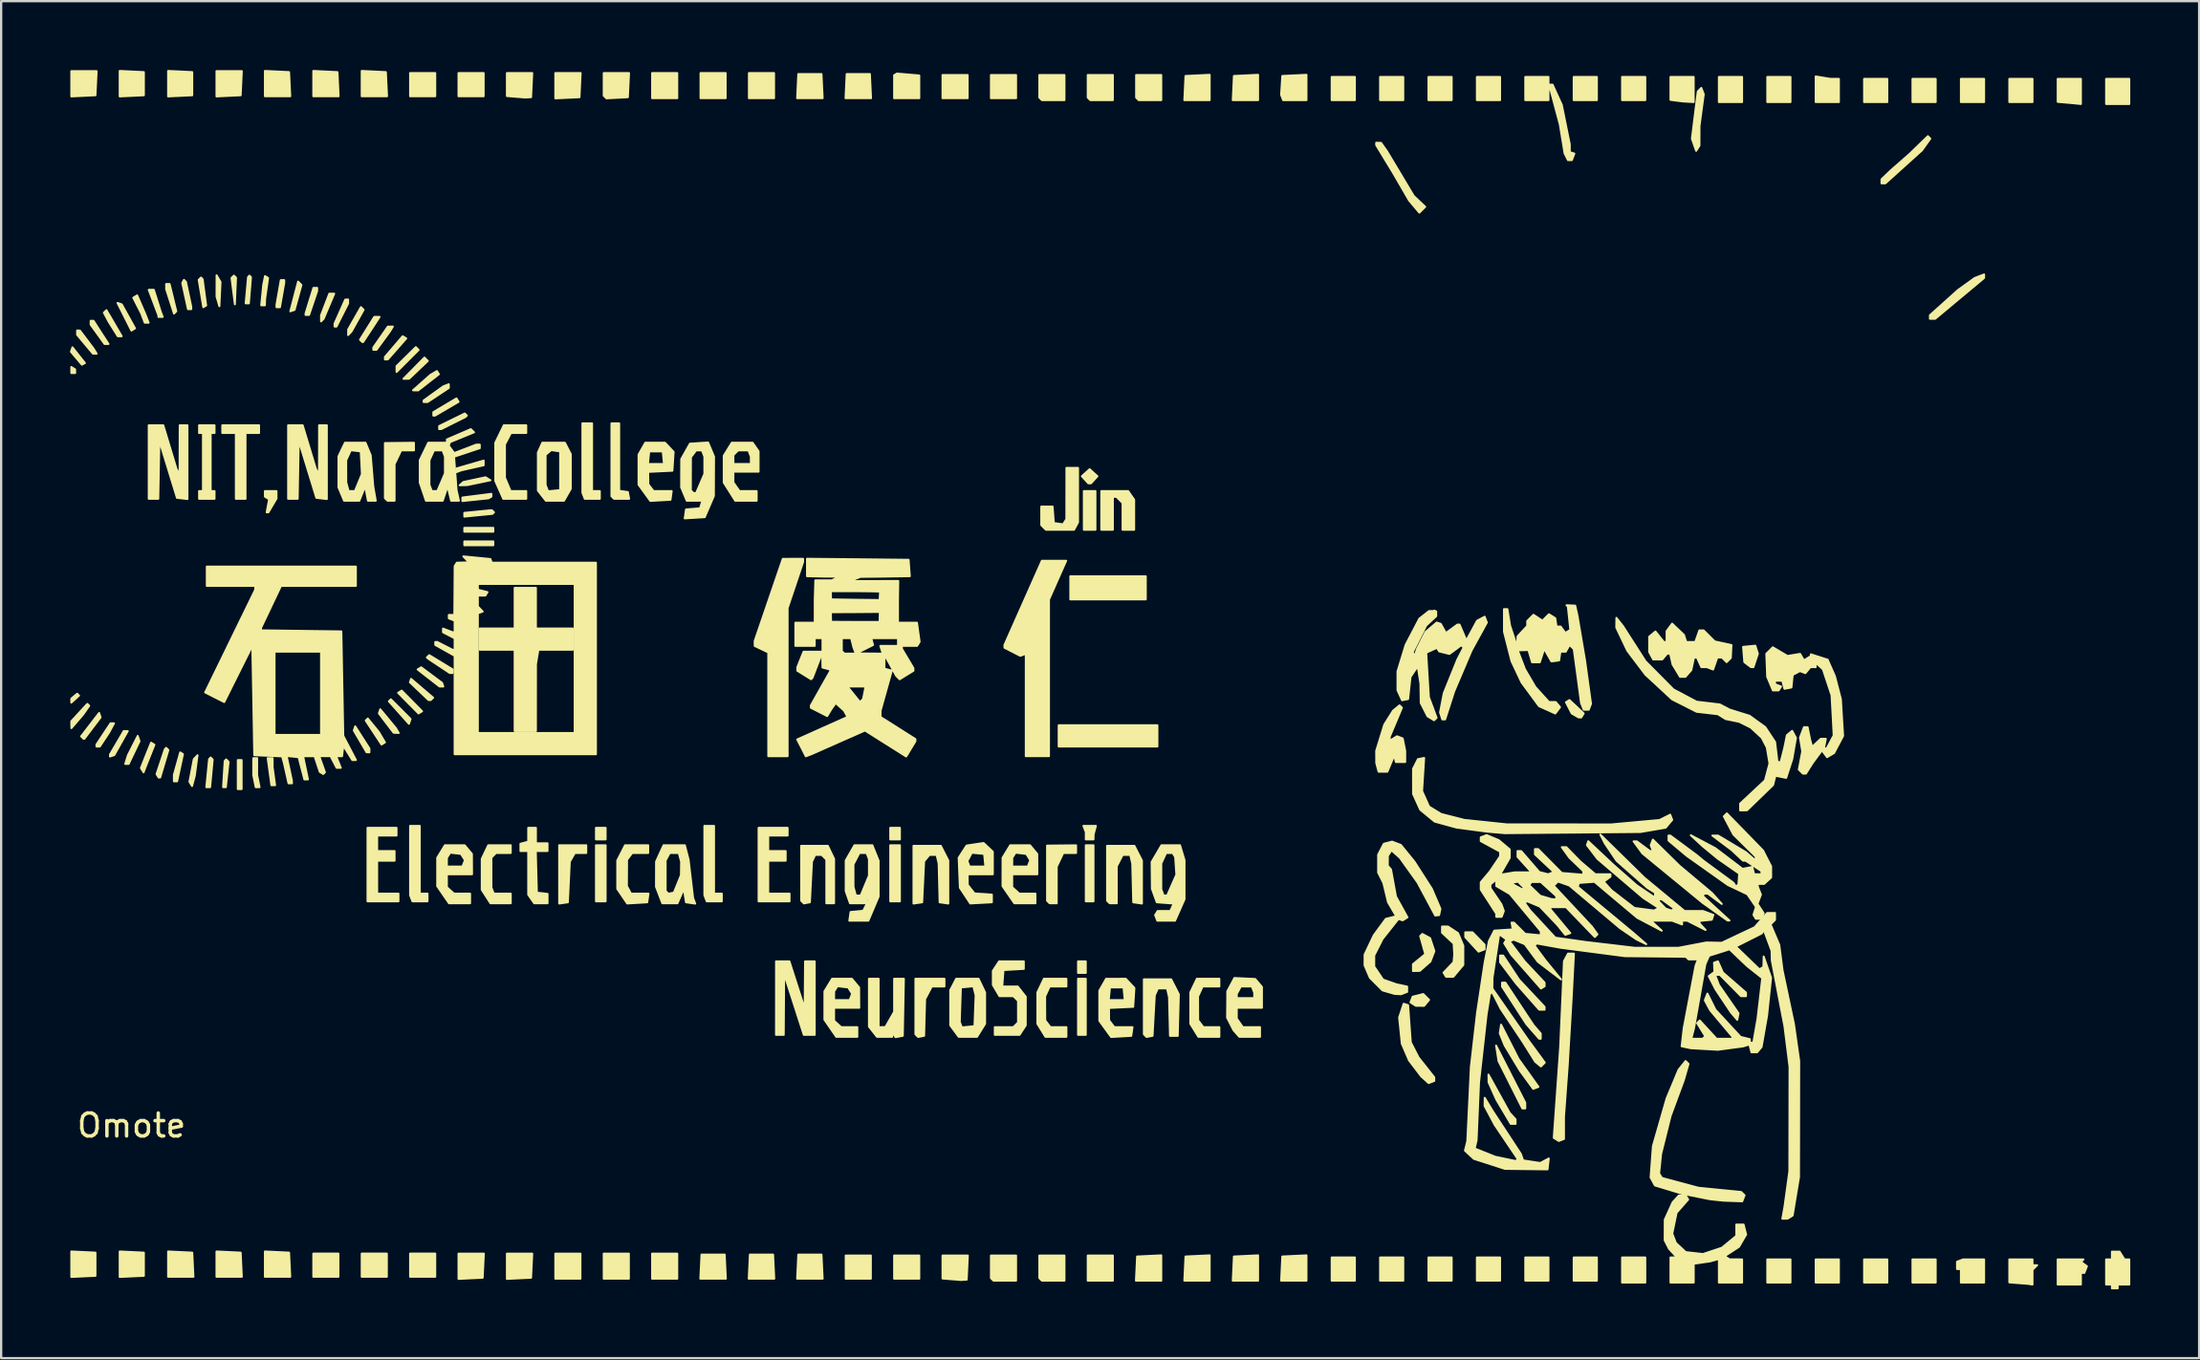
<source format=kicad_pcb>
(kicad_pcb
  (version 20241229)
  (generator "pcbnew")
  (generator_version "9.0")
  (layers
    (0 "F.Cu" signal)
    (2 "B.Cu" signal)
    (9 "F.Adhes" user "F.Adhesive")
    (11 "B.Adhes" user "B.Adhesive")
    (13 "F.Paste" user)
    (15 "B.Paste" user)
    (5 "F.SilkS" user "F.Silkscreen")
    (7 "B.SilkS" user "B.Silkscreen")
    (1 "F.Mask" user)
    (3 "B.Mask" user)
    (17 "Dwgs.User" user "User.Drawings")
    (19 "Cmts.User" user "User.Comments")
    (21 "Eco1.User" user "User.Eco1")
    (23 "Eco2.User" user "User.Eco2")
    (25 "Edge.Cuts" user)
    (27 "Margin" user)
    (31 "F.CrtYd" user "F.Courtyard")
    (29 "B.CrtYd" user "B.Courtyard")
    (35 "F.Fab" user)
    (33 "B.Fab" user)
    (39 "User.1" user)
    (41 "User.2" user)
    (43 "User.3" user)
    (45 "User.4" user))
  (footprint "Omote"
    (layer "F.Cu")
    (at 43.321 28.243)
    (property "Reference" "Omote" (at -40.64 17.78 0) (unlocked yes) (layer "F.SilkS") (effects (font (size 1 1) (thickness 0.15))))
    (attr smd)
    (fp_poly (pts (xy 23.546 -2.655) (xy 23.627 -2.498) (xy 23.683 -0.283) (xy 23.739 1.932) (xy 23.331 1.932) (xy 23.269 0.191) (xy 23.207 -1.55) (xy 23.251 -2.095) (xy 23.294 -2.641) (xy 23.466 -2.812)) (stroke (width 0.084) (type solid)) (fill yes) (layer "F.Mask"))
    (fp_poly (pts (xy 18.262 -1.301) (xy 18.292 -0.051) (xy 18.25 0.96) (xy 18.208 1.972) (xy 18.06 2) (xy 17.912 2.029) (xy 17.868 1.915) (xy 17.825 1.802) (xy 17.847 -0.348) (xy 17.87 -2.498) (xy 18.051 -2.524) (xy 18.231 -2.55)) (stroke (width 0.084) (type solid)) (fill yes) (layer "F.Mask"))
    (fp_poly (pts (xy 27.795 -22.96) (xy 28.249 -22.876) (xy 28.767 -22.622) (xy 29.285 -22.369) (xy 30.464 -21.494) (xy 31.642 -20.62) (xy 31.999 -20.297) (xy 32.357 -19.974) (xy 32.721 -19.463) (xy 33.084 -18.953) (xy 33.387 -18.329) (xy 33.69 -17.704) (xy 33.987 -16.81) (xy 34.285 -15.915) (xy 34.451 -15.071) (xy 34.618 -14.228) (xy 34.712 -11.865) (xy 34.805 -9.502) (xy 34.767 -7.688) (xy 34.73 -5.874) (xy 34.469 -5.058) (xy 34.209 -4.242) (xy 33.939 -3.581) (xy 33.669 -2.92) (xy 33.479 -2.72) (xy 33.294 -2.527) (xy 32.552 -2.765) (xy 32.552 -2.913) (xy 32.196 -3.016) (xy 31.839 -3.119) (xy 31.58 -3.272) (xy 31.322 -3.425) (xy 31.255 -3.317) (xy 31.188 -3.208) (xy 30.436 -3.372) (xy 29.683 -3.537) (xy 28.427 -3.882) (xy 27.171 -4.227) (xy 26.149 -4.443) (xy 25.127 -4.659) (xy 23.946 -4.78) (xy 22.764 -4.9) (xy 22.523 -4.902) (xy 22.28 -4.903) (xy 22.284 -4.886) (xy 21.904 -4.905) (xy 21.881 -4.928) (xy 19.496 -4.817) (xy 17.111 -4.706) (xy 16.668 -4.699) (xy 16.225 -4.692) (xy 16.225 -4.632) (xy 16.136 -4.672) (xy 16.188 -4.836) (xy 16.247 -5.021) (xy 15.919 -5.297) (xy 15.592 -5.572) (xy 15.597 -6.923) (xy 16.731 -6.923) (xy 16.854 -6.628) (xy 16.978 -6.333) (xy 17.424 -6.125) (xy 17.87 -5.917) (xy 18.339 -5.916) (xy 18.808 -5.916) (xy 18.969 -6.033) (xy 18.969 -6.034) (xy 19.13 -6.151) (xy 18.753 -6.263) (xy 18.376 -6.375) (xy 17.983 -6.776) (xy 17.588 -7.178) (xy 17.358 -7.65) (xy 17.128 -8.12) (xy 17.182 -9.001) (xy 17.235 -9.882) (xy 17.072 -9.882) (xy 17.031 -9.692) (xy 16.989 -9.502) (xy 16.86 -8.648) (xy 16.731 -7.794) (xy 16.731 -6.923) (xy 15.597 -6.923) (xy 15.598 -7.284) (xy 15.605 -8.996) (xy 15.746 -9.877) (xy 15.888 -10.76) (xy 16.181 -11.95) (xy 16.475 -13.14) (xy 17.055 -14.865) (xy 17.634 -16.59) (xy 17.909 -17.223) (xy 18.184 -17.856) (xy 18.606 -18.599) (xy 19.028 -19.344) (xy 19.535 -20.034) (xy 20.042 -20.725) (xy 20.39 -21.091) (xy 20.739 -21.458) (xy 21.722 -22.132) (xy 22.2 -22.343) (xy 22.678 -22.555) (xy 23.059 -22.684) (xy 23.107 -22.7) (xy 26.224 -22.7) (xy 26.525 -22.541) (xy 26.827 -22.382) (xy 27.552 -22.177) (xy 28.276 -21.973) (xy 28.66 -21.749) (xy 29.044 -21.523) (xy 29.322 -21.183) (xy 29.599 -20.844) (xy 30.171 -20.281) (xy 30.743 -19.72) (xy 31.009 -19.294) (xy 31.274 -18.869) (xy 31.629 -18.32) (xy 31.984 -17.772) (xy 32.198 -17.345) (xy 32.412 -16.918) (xy 32.72 -16.037) (xy 33.028 -15.156) (xy 33.438 -13.974) (xy 33.847 -12.793) (xy 33.977 -12.157) (xy 34.108 -11.52) (xy 34.194 -10.764) (xy 34.281 -10.008) (xy 34.281 -9.6) (xy 34.282 -9.193) (xy 34.388 -9.228) (xy 34.493 -9.264) (xy 34.465 -10.986) (xy 34.465 -10.986) (xy 34.437 -12.709) (xy 34.313 -13.763) (xy 34.19 -14.818) (xy 33.974 -15.701) (xy 33.758 -16.583) (xy 33.513 -17.251) (xy 33.267 -17.918) (xy 32.674 -19.098) (xy 32.425 -19.461) (xy 32.175 -19.824) (xy 31.731 -20.2) (xy 31.287 -20.577) (xy 30.274 -21.306) (xy 29.262 -22.036) (xy 28.755 -22.287) (xy 28.249 -22.538) (xy 27.795 -22.623) (xy 27.34 -22.708) (xy 26.782 -22.704) (xy 26.224 -22.7) (xy 23.107 -22.7) (xy 23.439 -22.814) (xy 24.072 -22.926) (xy 24.705 -23.039) (xy 26.023 -23.043) (xy 27.34 -23.045)) (stroke (width 0.084) (type solid)) (fill yes) (layer "F.Mask"))
    (fp_poly (pts (xy -40.1 -28.15) (xy -40.1 -27.138) (xy -41.155 -27.088) (xy -41.155 -28.201)) (stroke (width 0.084) (type solid)) (fill yes) (layer "F.SilkS"))
    (fp_poly (pts (xy -35.839 3.113) (xy -36.008 3.113) (xy -36.008 1.847) (xy -35.839 1.847)) (stroke (width 0.084) (type solid)) (fill yes) (layer "F.SilkS"))
    (fp_poly (pts (xy -31.62 24.377) (xy -32.717 24.377) (xy -32.717 23.364) (xy -31.62 23.364)) (stroke (width 0.084) (type solid)) (fill yes) (layer "F.SilkS"))
    (fp_poly (pts (xy -29.51 24.377) (xy -30.607 24.377) (xy -30.607 23.364) (xy -29.51 23.364)) (stroke (width 0.084) (type solid)) (fill yes) (layer "F.SilkS"))
    (fp_poly (pts (xy -27.401 24.377) (xy -28.498 24.377) (xy -28.498 23.364) (xy -27.401 23.364)) (stroke (width 0.084) (type solid)) (fill yes) (layer "F.SilkS"))
    (fp_poly (pts (xy -25.291 -27.096) (xy -26.388 -27.096) (xy -26.388 -28.108) (xy -25.291 -28.108)) (stroke (width 0.084) (type solid)) (fill yes) (layer "F.SilkS"))
    (fp_poly (pts (xy -24.869 -8.11) (xy -26.135 -8.11) (xy -26.135 -8.279) (xy -24.869 -8.279)) (stroke (width 0.084) (type solid)) (fill yes) (layer "F.SilkS"))
    (fp_poly (pts (xy -24.869 -7.519) (xy -26.135 -7.519) (xy -26.135 -7.688) (xy -24.869 -7.688)) (stroke (width 0.084) (type solid)) (fill yes) (layer "F.SilkS"))
    (fp_poly (pts (xy -21.072 24.461) (xy -22.169 24.461) (xy -22.169 23.365) (xy -21.072 23.365)) (stroke (width 0.084) (type solid)) (fill yes) (layer "F.SilkS"))
    (fp_poly (pts (xy -19.975 5.307) (xy -20.397 5.307) (xy -20.397 4.801) (xy -19.975 4.801)) (stroke (width 0.084) (type solid)) (fill yes) (layer "F.SilkS"))
    (fp_poly (pts (xy -19.975 8.007) (xy -20.397 8.007) (xy -20.397 5.56) (xy -19.975 5.56)) (stroke (width 0.084) (type solid)) (fill yes) (layer "F.SilkS"))
    (fp_poly (pts (xy -18.962 24.461) (xy -20.059 24.461) (xy -20.059 23.365) (xy -18.962 23.365)) (stroke (width 0.084) (type solid)) (fill yes) (layer "F.SilkS"))
    (fp_poly (pts (xy -16.853 -27.011) (xy -17.95 -27.011) (xy -17.95 -28.108) (xy -16.853 -28.108)) (stroke (width 0.084) (type solid)) (fill yes) (layer "F.SilkS"))
    (fp_poly (pts (xy -16.853 24.461) (xy -17.95 24.461) (xy -17.95 23.365) (xy -16.853 23.365)) (stroke (width 0.084) (type solid)) (fill yes) (layer "F.SilkS"))
    (fp_poly (pts (xy -14.743 -27.011) (xy -15.84 -27.011) (xy -15.84 -28.108) (xy -14.743 -28.108)) (stroke (width 0.084) (type solid)) (fill yes) (layer "F.SilkS"))
    (fp_poly (pts (xy -12.634 -27.011) (xy -13.731 -27.011) (xy -13.731 -28.108) (xy -12.634 -28.108)) (stroke (width 0.084) (type solid)) (fill yes) (layer "F.SilkS"))
    (fp_poly (pts (xy -8.415 24.461) (xy -9.512 24.461) (xy -9.512 23.449) (xy -8.415 23.449)) (stroke (width 0.084) (type solid)) (fill yes) (layer "F.SilkS"))
    (fp_poly (pts (xy -7.149 5.307) (xy -7.571 5.307) (xy -7.571 4.801) (xy -7.149 4.801)) (stroke (width 0.084) (type solid)) (fill yes) (layer "F.SilkS"))
    (fp_poly (pts (xy -7.149 8.007) (xy -7.571 8.007) (xy -7.571 5.56) (xy -7.149 5.56)) (stroke (width 0.084) (type solid)) (fill yes) (layer "F.SilkS"))
    (fp_poly (pts (xy -6.305 24.461) (xy -7.402 24.461) (xy -7.402 23.449) (xy -6.305 23.449)) (stroke (width 0.084) (type solid)) (fill yes) (layer "F.SilkS"))
    (fp_poly (pts (xy -4.196 -27.011) (xy -5.293 -27.011) (xy -5.293 -28.024) (xy -4.196 -28.024)) (stroke (width 0.084) (type solid)) (fill yes) (layer "F.SilkS"))
    (fp_poly (pts (xy -2.086 -27.011) (xy -3.183 -27.011) (xy -3.183 -28.024) (xy -2.086 -28.024)) (stroke (width 0.084) (type solid)) (fill yes) (layer "F.SilkS"))
    (fp_poly (pts (xy 0.952 11.129) (xy 0.614 11.129) (xy 0.614 10.623) (xy 0.952 10.623)) (stroke (width 0.084) (type solid)) (fill yes) (layer "F.SilkS"))
    (fp_poly (pts (xy 0.952 13.829) (xy 0.614 13.829) (xy 0.614 11.382) (xy 0.952 11.382)) (stroke (width 0.084) (type solid)) (fill yes) (layer "F.SilkS"))
    (fp_poly (pts (xy 1.289 8.007) (xy 0.952 8.007) (xy 0.952 5.56) (xy 1.289 5.56)) (stroke (width 0.084) (type solid)) (fill yes) (layer "F.SilkS"))
    (fp_poly (pts (xy 1.373 -8.194) (xy 0.867 -8.194) (xy 0.867 -9.882) (xy 1.373 -9.882)) (stroke (width 0.084) (type solid)) (fill yes) (layer "F.SilkS"))
    (fp_poly (pts (xy 2.133 24.546) (xy 1.036 24.546) (xy 1.036 23.449) (xy 2.133 23.449)) (stroke (width 0.084) (type solid)) (fill yes) (layer "F.SilkS"))
    (fp_poly (pts (xy 4.074 1.257) (xy -0.23 1.257) (xy -0.23 0.328) (xy 4.074 0.328)) (stroke (width 0.084) (type solid)) (fill yes) (layer "F.SilkS"))
    (fp_poly (pts (xy 6.352 24.546) (xy 5.247 24.546) (xy 5.297 23.491) (xy 6.352 23.441)) (stroke (width 0.084) (type solid)) (fill yes) (layer "F.SilkS"))
    (fp_poly (pts (xy 8.462 24.546) (xy 7.357 24.546) (xy 7.407 23.491) (xy 8.462 23.441)) (stroke (width 0.084) (type solid)) (fill yes) (layer "F.SilkS"))
    (fp_poly (pts (xy 12.681 24.546) (xy 11.668 24.546) (xy 11.668 23.533) (xy 12.681 23.533)) (stroke (width 0.084) (type solid)) (fill yes) (layer "F.SilkS"))
    (fp_poly (pts (xy 14.79 24.546) (xy 13.778 24.546) (xy 13.778 23.533) (xy 14.79 23.533)) (stroke (width 0.084) (type solid)) (fill yes) (layer "F.SilkS"))
    (fp_poly (pts (xy 16.9 24.546) (xy 15.887 24.546) (xy 15.887 23.533) (xy 16.9 23.533)) (stroke (width 0.084) (type solid)) (fill yes) (layer "F.SilkS"))
    (fp_poly (pts (xy 19.009 24.546) (xy 17.997 24.546) (xy 17.997 23.533) (xy 19.009 23.533)) (stroke (width 0.084) (type solid)) (fill yes) (layer "F.SilkS"))
    (fp_poly (pts (xy 21.119 24.546) (xy 20.106 24.546) (xy 20.106 23.533) (xy 21.119 23.533)) (stroke (width 0.084) (type solid)) (fill yes) (layer "F.SilkS"))
    (fp_poly (pts (xy 23.228 -26.927) (xy 22.216 -26.927) (xy 22.216 -27.939) (xy 23.228 -27.939)) (stroke (width 0.084) (type solid)) (fill yes) (layer "F.SilkS"))
    (fp_poly (pts (xy 23.228 24.546) (xy 22.216 24.546) (xy 22.216 23.533) (xy 23.228 23.533)) (stroke (width 0.084) (type solid)) (fill yes) (layer "F.SilkS"))
    (fp_poly (pts (xy 25.338 -26.927) (xy 24.325 -26.927) (xy 24.325 -27.939) (xy 25.338 -27.939)) (stroke (width 0.084) (type solid)) (fill yes) (layer "F.SilkS"))
    (fp_poly (pts (xy 25.338 24.63) (xy 24.325 24.63) (xy 24.325 23.533) (xy 25.338 23.533)) (stroke (width 0.084) (type solid)) (fill yes) (layer "F.SilkS"))
    (fp_poly (pts (xy 29.557 -26.842) (xy 28.544 -26.842) (xy 28.544 -27.939) (xy 29.557 -27.939)) (stroke (width 0.084) (type solid)) (fill yes) (layer "F.SilkS"))
    (fp_poly (pts (xy 31.666 -26.842) (xy 30.654 -26.842) (xy 30.654 -27.939) (xy 31.666 -27.939)) (stroke (width 0.084) (type solid)) (fill yes) (layer "F.SilkS"))
    (fp_poly (pts (xy 31.666 24.63) (xy 30.654 24.63) (xy 30.654 23.618) (xy 31.666 23.618)) (stroke (width 0.084) (type solid)) (fill yes) (layer "F.SilkS"))
    (fp_poly (pts (xy 33.776 24.63) (xy 32.763 24.63) (xy 32.763 23.618) (xy 33.776 23.618)) (stroke (width 0.084) (type solid)) (fill yes) (layer "F.SilkS"))
    (fp_poly (pts (xy 35.886 -26.842) (xy 34.873 -26.842) (xy 34.873 -27.855) (xy 35.886 -27.855)) (stroke (width 0.084) (type solid)) (fill yes) (layer "F.SilkS"))
    (fp_poly (pts (xy 35.886 24.63) (xy 34.873 24.63) (xy 34.873 23.618) (xy 35.886 23.618)) (stroke (width 0.084) (type solid)) (fill yes) (layer "F.SilkS"))
    (fp_poly (pts (xy 37.995 -26.842) (xy 36.982 -26.842) (xy 36.982 -27.855) (xy 37.995 -27.855)) (stroke (width 0.084) (type solid)) (fill yes) (layer "F.SilkS"))
    (fp_poly (pts (xy 37.995 24.63) (xy 36.982 24.63) (xy 36.982 23.618) (xy 37.995 23.618)) (stroke (width 0.084) (type solid)) (fill yes) (layer "F.SilkS"))
    (fp_poly (pts (xy 40.105 -26.842) (xy 39.092 -26.842) (xy 39.092 -27.855) (xy 40.105 -27.855)) (stroke (width 0.084) (type solid)) (fill yes) (layer "F.SilkS"))
    (fp_poly (pts (xy 42.214 -26.842) (xy 41.202 -26.842) (xy 41.202 -27.855) (xy 42.214 -27.855)) (stroke (width 0.084) (type solid)) (fill yes) (layer "F.SilkS"))
    (fp_poly (pts (xy -31.662 -28.15) (xy -31.637 -27.623) (xy -31.612 -27.096) (xy -32.717 -27.096) (xy -32.717 -28.201)) (stroke (width 0.084) (type solid)) (fill yes) (layer "F.SilkS"))
    (fp_poly (pts (xy -27.401 -27.096) (xy -28.498 -27.096) (xy -28.498 -27.602) (xy -28.498 -28.108) (xy -27.401 -28.108)) (stroke (width 0.084) (type solid)) (fill yes) (layer "F.SilkS"))
    (fp_poly (pts (xy 3.567 -5.156) (xy 0.277 -5.156) (xy 0.277 -5.663) (xy 0.277 -6.169) (xy 3.567 -6.169)) (stroke (width 0.084) (type solid)) (fill yes) (layer "F.SilkS"))
    (fp_poly (pts (xy 4.242 24.546) (xy 3.137 24.546) (xy 3.163 24.018) (xy 3.188 23.491) (xy 4.242 23.441)) (stroke (width 0.084) (type solid)) (fill yes) (layer "F.SilkS"))
    (fp_poly (pts (xy 6.352 -26.927) (xy 5.247 -26.927) (xy 5.272 -27.454) (xy 5.297 -27.982) (xy 6.352 -28.032)) (stroke (width 0.084) (type solid)) (fill yes) (layer "F.SilkS"))
    (fp_poly (pts (xy 8.462 -26.927) (xy 7.357 -26.927) (xy 7.382 -27.454) (xy 7.407 -27.982) (xy 8.462 -28.032)) (stroke (width 0.084) (type solid)) (fill yes) (layer "F.SilkS"))
    (fp_poly (pts (xy 12.681 -26.927) (xy 11.668 -26.927) (xy 11.668 -27.433) (xy 11.668 -27.939) (xy 12.681 -27.939)) (stroke (width 0.084) (type solid)) (fill yes) (layer "F.SilkS"))
    (fp_poly (pts (xy 14.79 -26.927) (xy 13.778 -26.927) (xy 13.778 -27.433) (xy 13.778 -27.939) (xy 14.79 -27.939)) (stroke (width 0.084) (type solid)) (fill yes) (layer "F.SilkS"))
    (fp_poly (pts (xy 16.9 -26.927) (xy 15.887 -26.927) (xy 15.887 -27.433) (xy 15.887 -27.939) (xy 16.9 -27.939)) (stroke (width 0.084) (type solid)) (fill yes) (layer "F.SilkS"))
    (fp_poly (pts (xy 19.009 -26.927) (xy 17.997 -26.927) (xy 17.997 -27.433) (xy 17.997 -27.939) (xy 19.009 -27.939)) (stroke (width 0.084) (type solid)) (fill yes) (layer "F.SilkS"))
    (fp_poly (pts (xy 46.433 -26.758) (xy 45.421 -26.758) (xy 45.421 -27.307) (xy 45.421 -27.855) (xy 46.433 -27.855)) (stroke (width 0.084) (type solid)) (fill yes) (layer "F.SilkS"))
    (fp_poly (pts (xy -43.18 -15.24) (xy -43.096 -15.188) (xy -43.096 -15.029) (xy -43.264 -15.029) (xy -43.264 -15.161) (xy -43.264 -15.292)) (stroke (width 0.084) (type solid)) (fill yes) (layer "F.SilkS"))
    (fp_poly (pts (xy -40.627 23.297) (xy -40.1 23.322) (xy -40.1 24.335) (xy -40.627 24.36) (xy -41.155 24.385) (xy -41.155 23.272)) (stroke (width 0.084) (type solid)) (fill yes) (layer "F.SilkS"))
    (fp_poly (pts (xy -38.518 -28.176) (xy -37.991 -28.15) (xy -37.991 -27.138) (xy -38.518 -27.113) (xy -39.045 -27.088) (xy -39.045 -28.201)) (stroke (width 0.084) (type solid)) (fill yes) (layer "F.SilkS"))
    (fp_poly (pts (xy -33.771 -28.15) (xy -33.746 -27.623) (xy -33.721 -27.096) (xy -34.826 -27.096) (xy -34.826 -27.648) (xy -34.826 -28.201)) (stroke (width 0.084) (type solid)) (fill yes) (layer "F.SilkS"))
    (fp_poly (pts (xy -14.76 23.934) (xy -14.735 24.461) (xy -15.848 24.461) (xy -15.823 23.934) (xy -15.798 23.407) (xy -14.786 23.407)) (stroke (width 0.084) (type solid)) (fill yes) (layer "F.SilkS"))
    (fp_poly (pts (xy -12.651 23.934) (xy -12.626 24.461) (xy -13.739 24.461) (xy -13.714 23.934) (xy -13.689 23.407) (xy -12.676 23.407)) (stroke (width 0.084) (type solid)) (fill yes) (layer "F.SilkS"))
    (fp_poly (pts (xy -10.541 -27.539) (xy -10.516 -27.011) (xy -11.629 -27.011) (xy -11.604 -27.539) (xy -11.579 -28.066) (xy -10.567 -28.066)) (stroke (width 0.084) (type solid)) (fill yes) (layer "F.SilkS"))
    (fp_poly (pts (xy -10.541 23.934) (xy -10.516 24.461) (xy -11.629 24.461) (xy -11.604 23.934) (xy -11.579 23.407) (xy -10.567 23.407)) (stroke (width 0.084) (type solid)) (fill yes) (layer "F.SilkS"))
    (fp_poly (pts (xy -8.432 -27.539) (xy -8.407 -27.011) (xy -9.52 -27.011) (xy -9.495 -27.539) (xy -9.47 -28.066) (xy -8.457 -28.066)) (stroke (width 0.084) (type solid)) (fill yes) (layer "F.SilkS"))
    (fp_poly (pts (xy -2.086 24.546) (xy -3.071 24.546) (xy -3.127 24.49) (xy -3.183 24.433) (xy -3.183 23.449) (xy -2.086 23.449)) (stroke (width 0.084) (type solid)) (fill yes) (layer "F.SilkS"))
    (fp_poly (pts (xy 0.023 24.546) (xy -0.961 24.546) (xy -1.017 24.49) (xy -1.074 24.433) (xy -1.074 23.449) (xy 0.023 23.449)) (stroke (width 0.084) (type solid)) (fill yes) (layer "F.SilkS"))
    (fp_poly (pts (xy 0.023 -26.927) (xy -0.961 -26.927) (xy -1.017 -26.983) (xy -1.074 -27.039) (xy -1.074 -28.024) (xy 0.023 -28.024)) (stroke (width 0.084) (type solid)) (fill yes) (layer "F.SilkS"))
    (fp_poly (pts (xy 2.133 -26.927) (xy 1.148 -26.927) (xy 1.092 -26.983) (xy 1.036 -27.039) (xy 1.036 -28.024) (xy 2.133 -28.024)) (stroke (width 0.084) (type solid)) (fill yes) (layer "F.SilkS"))
    (fp_poly (pts (xy 4.242 -26.927) (xy 3.258 -26.927) (xy 3.202 -26.983) (xy 3.145 -27.039) (xy 3.145 -28.024) (xy 4.242 -28.024)) (stroke (width 0.084) (type solid)) (fill yes) (layer "F.SilkS"))
    (fp_poly (pts (xy 10.571 24.546) (xy 9.466 24.546) (xy 9.491 24.018) (xy 9.516 23.491) (xy 10.044 23.466) (xy 10.571 23.441)) (stroke (width 0.084) (type solid)) (fill yes) (layer "F.SilkS"))
    (fp_poly (pts (xy -42.737 23.297) (xy -42.21 23.322) (xy -42.21 24.335) (xy -42.737 24.36) (xy -43.264 24.385) (xy -43.264 23.829) (xy -43.264 23.272)) (stroke (width 0.084) (type solid)) (fill yes) (layer "F.SilkS"))
    (fp_poly (pts (xy -42.184 -27.665) (xy -42.21 -27.138) (xy -42.737 -27.113) (xy -43.264 -27.088) (xy -43.264 -27.64) (xy -43.264 -28.193) (xy -42.159 -28.193)) (stroke (width 0.084) (type solid)) (fill yes) (layer "F.SilkS"))
    (fp_poly (pts (xy -35.856 -27.665) (xy -35.881 -27.138) (xy -36.408 -27.113) (xy -36.936 -27.088) (xy -36.936 -27.64) (xy -36.936 -28.193) (xy -35.831 -28.193)) (stroke (width 0.084) (type solid)) (fill yes) (layer "F.SilkS"))
    (fp_poly (pts (xy -34.489 2.161) (xy -34.435 2.553) (xy -34.381 2.944) (xy -34.542 2.944) (xy -34.624 2.354) (xy -34.705 1.763) (xy -34.489 1.763)) (stroke (width 0.084) (type solid)) (fill yes) (layer "F.SilkS"))
    (fp_poly (pts (xy -34.299 23.297) (xy -33.771 23.322) (xy -33.746 23.85) (xy -33.721 24.377) (xy -34.826 24.377) (xy -34.826 23.825) (xy -34.826 23.272)) (stroke (width 0.084) (type solid)) (fill yes) (layer "F.SilkS"))
    (fp_poly (pts (xy -29.552 -28.15) (xy -29.527 -27.623) (xy -29.502 -27.096) (xy -30.607 -27.096) (xy -30.607 -27.648) (xy -30.607 -27.648) (xy -30.607 -28.201)) (stroke (width 0.084) (type solid)) (fill yes) (layer "F.SilkS"))
    (fp_poly (pts (xy -28.187 -16.097) (xy -28.126 -16.036) (xy -29.088 -15.073) (xy -29.088 -15.202) (xy -29.088 -15.331) (xy -28.668 -15.744) (xy -28.248 -16.158)) (stroke (width 0.084) (type solid)) (fill yes) (layer "F.SilkS"))
    (fp_poly (pts (xy -25.308 23.892) (xy -25.333 24.419) (xy -25.861 24.444) (xy -26.388 24.47) (xy -26.388 23.917) (xy -26.388 23.365) (xy -25.283 23.365)) (stroke (width 0.084) (type solid)) (fill yes) (layer "F.SilkS"))
    (fp_poly (pts (xy -23.199 23.892) (xy -23.224 24.419) (xy -23.751 24.444) (xy -24.279 24.47) (xy -24.279 23.917) (xy -24.279 23.365) (xy -23.174 23.365)) (stroke (width 0.084) (type solid)) (fill yes) (layer "F.SilkS"))
    (fp_poly (pts (xy -21.089 -27.581) (xy -21.114 -27.053) (xy -21.642 -27.028) (xy -22.169 -27.003) (xy -22.169 -27.556) (xy -22.169 -28.108) (xy -21.064 -28.108)) (stroke (width 0.084) (type solid)) (fill yes) (layer "F.SilkS"))
    (fp_poly (pts (xy 27.447 -26.842) (xy 27.215 -26.856) (xy 26.983 -26.869) (xy 26.709 -26.903) (xy 26.435 -26.938) (xy 26.435 -27.939) (xy 27.447 -27.939)) (stroke (width 0.084) (type solid)) (fill yes) (layer "F.SilkS"))
    (fp_poly (pts (xy 33.08 -27.909) (xy 33.396 -27.857) (xy 33.586 -27.856) (xy 33.776 -27.855) (xy 33.776 -26.842) (xy 32.763 -26.842) (xy 32.763 -27.961)) (stroke (width 0.084) (type solid)) (fill yes) (layer "F.SilkS"))
    (fp_poly (pts (xy 44.324 -26.758) (xy 44.176 -26.773) (xy 44.028 -26.788) (xy 43.67 -26.82) (xy 43.311 -26.852) (xy 43.311 -27.855) (xy 44.324 -27.855)) (stroke (width 0.084) (type solid)) (fill yes) (layer "F.SilkS"))
    (fp_poly (pts (xy -42.966 -1.005) (xy -42.926 -0.964) (xy -43.095 -0.811) (xy -43.264 -0.658) (xy -43.264 -0.745) (xy -43.264 -0.832) (xy -43.136 -0.939) (xy -43.007 -1.046)) (stroke (width 0.084) (type solid)) (fill yes) (layer "F.SilkS"))
    (fp_poly (pts (xy -42.942 -15.807) (xy -42.669 -15.464) (xy -42.735 -15.428) (xy -42.8 -15.392) (xy -43.04 -15.673) (xy -43.279 -15.955) (xy -43.247 -16.053) (xy -43.214 -16.151)) (stroke (width 0.084) (type solid)) (fill yes) (layer "F.SilkS"))
    (fp_poly (pts (xy -41.158 -18.054) (xy -41.065 -18.023) (xy -40.775 -17.5) (xy -40.485 -16.976) (xy -40.564 -16.928) (xy -40.643 -16.879) (xy -40.947 -17.482) (xy -41.25 -18.085)) (stroke (width 0.084) (type solid)) (fill yes) (layer "F.SilkS"))
    (fp_poly (pts (xy -38.518 23.297) (xy -37.991 23.322) (xy -37.94 24.377) (xy -38.493 24.377) (xy -39.045 24.377) (xy -39.045 23.825) (xy -39.045 23.825) (xy -39.045 23.272)) (stroke (width 0.084) (type solid)) (fill yes) (layer "F.SilkS"))
    (fp_poly (pts (xy -37.575 -19.156) (xy -37.539 -19.12) (xy -37.386 -17.975) (xy -37.511 -17.898) (xy -37.612 -18.494) (xy -37.712 -19.09) (xy -37.662 -19.141) (xy -37.611 -19.192)) (stroke (width 0.084) (type solid)) (fill yes) (layer "F.SilkS"))
    (fp_poly (pts (xy -37.145 1.779) (xy -37.101 1.823) (xy -37.157 2.426) (xy -37.213 3.029) (xy -37.379 3.029) (xy -37.319 2.417) (xy -37.259 1.805) (xy -37.189 1.735)) (stroke (width 0.084) (type solid)) (fill yes) (layer "F.SilkS"))
    (fp_poly (pts (xy -36.845 -19.143) (xy -36.759 -18.996) (xy -36.784 -18.468) (xy -36.809 -17.94) (xy -36.871 -18.151) (xy -36.933 -18.362) (xy -36.932 -18.826) (xy -36.931 -19.29)) (stroke (width 0.084) (type solid)) (fill yes) (layer "F.SilkS"))
    (fp_poly (pts (xy -36.13 -19.23) (xy -36.084 -19.184) (xy -36.109 -18.604) (xy -36.134 -18.025) (xy -36.208 -18.598) (xy -36.281 -19.171) (xy -36.229 -19.224) (xy -36.176 -19.276)) (stroke (width 0.084) (type solid)) (fill yes) (layer "F.SilkS"))
    (fp_poly (pts (xy -35.467 -19.241) (xy -35.432 -19.206) (xy -35.478 -18.636) (xy -35.524 -18.067) (xy -35.664 -18.067) (xy -35.613 -18.636) (xy -35.562 -19.206) (xy -35.501 -19.276)) (stroke (width 0.084) (type solid)) (fill yes) (layer "F.SilkS"))
    (fp_poly (pts (xy -35.164 2.501) (xy -35.111 2.765) (xy -35.058 3.029) (xy -35.227 3.029) (xy -35.28 2.765) (xy -35.333 2.501) (xy -35.333 1.763) (xy -35.164 1.763)) (stroke (width 0.084) (type solid)) (fill yes) (layer "F.SilkS"))
    (fp_poly (pts (xy -35.079 -12.413) (xy -35.67 -12.413) (xy -35.67 -9.544) (xy -36.092 -9.544) (xy -36.092 -12.413) (xy -36.683 -12.413) (xy -36.683 -12.751) (xy -35.079 -12.751)) (stroke (width 0.084) (type solid)) (fill yes) (layer "F.SilkS"))
    (fp_poly (pts (xy -32.036 -17.94) (xy -32.267 -17.391) (xy -32.379 -17.279) (xy -32.379 -17.412) (xy -32.379 -17.545) (xy -32.199 -18.017) (xy -32.018 -18.489) (xy -31.804 -18.489)) (stroke (width 0.084) (type solid)) (fill yes) (layer "F.SilkS"))
    (fp_poly (pts (xy -28.906 -0.374) (xy -28.477 0.056) (xy -28.512 0.162) (xy -28.548 0.267) (xy -28.985 -0.224) (xy -29.423 -0.715) (xy -29.379 -0.759) (xy -29.335 -0.803)) (stroke (width 0.084) (type solid)) (fill yes) (layer "F.SilkS"))
    (fp_poly (pts (xy -28.419 -0.733) (xy -27.975 -0.282) (xy -28.053 -0.234) (xy -28.131 -0.186) (xy -28.576 -0.636) (xy -29.02 -1.086) (xy -28.942 -1.134) (xy -28.864 -1.183)) (stroke (width 0.084) (type solid)) (fill yes) (layer "F.SilkS"))
    (fp_poly (pts (xy -28.076 7.67) (xy -27.738 7.67) (xy -27.738 8.007) (xy -28.395 8.007) (xy -28.446 7.874) (xy -28.498 7.74) (xy -28.498 4.716) (xy -28.076 4.716)) (stroke (width 0.084) (type solid)) (fill yes) (layer "F.SilkS"))
    (fp_poly (pts (xy -27.726 -15.556) (xy -28.133 -15.168) (xy -28.54 -14.78) (xy -28.663 -14.778) (xy -28.787 -14.776) (xy -28.329 -15.239) (xy -28.33 -15.239) (xy -27.872 -15.703)) (stroke (width 0.084) (type solid)) (fill yes) (layer "F.SilkS"))
    (fp_poly (pts (xy -27.56 -1.859) (xy -27.105 -1.52) (xy -27.049 -1.359) (xy -27.212 -1.359) (xy -27.69 -1.731) (xy -28.169 -2.103) (xy -28.092 -2.151) (xy -28.015 -2.198)) (stroke (width 0.084) (type solid)) (fill yes) (layer "F.SilkS"))
    (fp_poly (pts (xy -26.384 -13.774) (xy -26.897 -13.473) (xy -27.41 -13.173) (xy -27.485 -13.173) (xy -27.485 -13.247) (xy -27.485 -13.322) (xy -26.981 -13.622) (xy -26.476 -13.922)) (stroke (width 0.084) (type solid)) (fill yes) (layer "F.SilkS"))
    (fp_poly (pts (xy -20.566 -9.882) (xy -20.228 -9.882) (xy -20.228 -9.544) (xy -20.885 -9.544) (xy -20.936 -9.678) (xy -20.988 -9.811) (xy -20.988 -12.835) (xy -20.566 -12.835)) (stroke (width 0.084) (type solid)) (fill yes) (layer "F.SilkS"))
    (fp_poly (pts (xy -18.98 -27.581) (xy -19.005 -27.053) (xy -19.472 -27.029) (xy -19.94 -27.004) (xy -20 -27.064) (xy -20.059 -27.124) (xy -20.059 -28.108) (xy -18.954 -28.108)) (stroke (width 0.084) (type solid)) (fill yes) (layer "F.SilkS"))
    (fp_poly (pts (xy -15.25 7.67) (xy -14.912 7.67) (xy -14.912 8.007) (xy -15.569 8.007) (xy -15.62 7.874) (xy -15.672 7.74) (xy -15.672 4.716) (xy -15.25 4.716)) (stroke (width 0.084) (type solid)) (fill yes) (layer "F.SilkS"))
    (fp_poly (pts (xy -6.79 -28.045) (xy -6.305 -28.003) (xy -6.305 -27.011) (xy -7.402 -27.011) (xy -7.402 -27.513) (xy -7.402 -28.014) (xy -7.339 -28.05) (xy -7.276 -28.087)) (stroke (width 0.084) (type solid)) (fill yes) (layer "F.SilkS"))
    (fp_poly (pts (xy 1.459 -10.529) (xy 1.319 -10.374) (xy 1.179 -10.219) (xy 1.062 -10.219) (xy 0.922 -10.374) (xy 0.781 -10.529) (xy 0.951 -10.683) (xy 1.12 -10.836)) (stroke (width 0.084) (type solid)) (fill yes) (layer "F.SilkS"))
    (fp_poly (pts (xy 10.571 -26.927) (xy 9.553 -26.927) (xy 9.509 -27.043) (xy 9.464 -27.159) (xy 9.49 -27.57) (xy 9.516 -27.982) (xy 10.044 -28.007) (xy 10.571 -28.032)) (stroke (width 0.084) (type solid)) (fill yes) (layer "F.SilkS"))
    (fp_poly (pts (xy 19.47 15.54) (xy 20.106 16.786) (xy 20.106 17.036) (xy 19.979 17.036) (xy 19.459 16.002) (xy 18.939 14.969) (xy 18.887 14.631) (xy 18.834 14.294)) (stroke (width 0.084) (type solid)) (fill yes) (layer "F.SilkS"))
    (fp_poly (pts (xy 40.105 24.63) (xy 39.092 24.63) (xy 39.092 24.04) (xy 38.923 24.04) (xy 38.923 23.72) (xy 39.057 23.669) (xy 39.19 23.618) (xy 40.105 23.618)) (stroke (width 0.084) (type solid)) (fill yes) (layer "F.SilkS"))
    (fp_poly (pts (xy -42.019 -0.112) (xy -41.987 -0.017) (xy -42.341 0.451) (xy -42.694 0.919) (xy -42.73 0.919) (xy -42.783 0.866) (xy -42.836 0.813) (xy -42.443 0.303) (xy -42.051 -0.207)) (stroke (width 0.084) (type solid)) (fill yes) (layer "F.SilkS"))
    (fp_poly (pts (xy -41.097 1.106) (xy -41.391 1.631) (xy -41.484 1.662) (xy -41.577 1.693) (xy -41.577 1.648) (xy -41.577 1.603) (xy -41.277 1.092) (xy -40.978 0.582) (xy -40.802 0.582)) (stroke (width 0.084) (type solid)) (fill yes) (layer "F.SilkS"))
    (fp_poly (pts (xy -40.33 0.908) (xy -40.29 1.024) (xy -40.527 1.52) (xy -40.764 2.016) (xy -40.913 2.016) (xy -40.854 1.826) (xy -40.795 1.636) (xy -40.582 1.214) (xy -40.369 0.793)) (stroke (width 0.084) (type solid)) (fill yes) (layer "F.SilkS"))
    (fp_poly (pts (xy -39.641 1.179) (xy -39.816 1.619) (xy -39.991 2.058) (xy -40.053 2.22) (xy -40.114 2.382) (xy -40.172 2.289) (xy -40.23 2.195) (xy -40.009 1.642) (xy -39.787 1.089)) (stroke (width 0.084) (type solid)) (fill yes) (layer "F.SilkS"))
    (fp_poly (pts (xy -38.457 1.55) (xy -38.397 1.588) (xy -38.525 2.181) (xy -38.652 2.775) (xy -38.792 2.775) (xy -38.792 2.633) (xy -38.792 2.491) (xy -38.655 2.002) (xy -38.518 1.513)) (stroke (width 0.084) (type solid)) (fill yes) (layer "F.SilkS"))
    (fp_poly (pts (xy -36.461 1.872) (xy -36.409 1.924) (xy -36.468 2.476) (xy -36.527 3.029) (xy -36.648 3.029) (xy -36.614 2.459) (xy -36.579 1.889) (xy -36.546 1.854) (xy -36.514 1.819)) (stroke (width 0.084) (type solid)) (fill yes) (layer "F.SilkS"))
    (fp_poly (pts (xy -36.408 23.297) (xy -35.881 23.322) (xy -35.856 23.85) (xy -35.831 24.377) (xy -36.383 24.377) (xy -36.936 24.377) (xy -36.936 23.825) (xy -36.936 23.825) (xy -36.936 23.272)) (stroke (width 0.084) (type solid)) (fill yes) (layer "F.SilkS"))
    (fp_poly (pts (xy -33.982 -18.967) (xy -34.075 -18.432) (xy -34.169 -17.898) (xy -34.32 -17.898) (xy -34.32 -17.954) (xy -34.32 -18.011) (xy -34.227 -18.545) (xy -34.134 -19.079) (xy -33.982 -19.079)) (stroke (width 0.084) (type solid)) (fill yes) (layer "F.SilkS"))
    (fp_poly (pts (xy -32.548 -18.606) (xy -32.724 -18.083) (xy -32.901 -17.56) (xy -33.054 -17.56) (xy -33.054 -17.594) (xy -33.054 -17.627) (xy -32.882 -18.184) (xy -32.71 -18.742) (xy -32.548 -18.742)) (stroke (width 0.084) (type solid)) (fill yes) (layer "F.SilkS"))
    (fp_poly (pts (xy -30.58 0.86) (xy -30.27 1.344) (xy -30.27 1.51) (xy -30.396 1.507) (xy -30.673 1.032) (xy -30.673 1.032) (xy -30.951 0.558) (xy -30.92 0.466) (xy -30.89 0.375)) (stroke (width 0.084) (type solid)) (fill yes) (layer "F.SilkS"))
    (fp_poly (pts (xy -25.291 -11.006) (xy -25.776 -10.897) (xy -26.261 -10.788) (xy -26.367 -10.748) (xy -26.472 -10.708) (xy -26.472 -10.788) (xy -26.472 -10.868) (xy -25.882 -11.04) (xy -25.291 -11.212)) (stroke (width 0.084) (type solid)) (fill yes) (layer "F.SilkS"))
    (fp_poly (pts (xy -24.954 -9.639) (xy -25.017 -9.602) (xy -25.08 -9.565) (xy -25.65 -9.506) (xy -26.219 -9.446) (xy -26.219 -9.524) (xy -26.219 -9.601) (xy -25.586 -9.681) (xy -24.954 -9.762)) (stroke (width 0.084) (type solid)) (fill yes) (layer "F.SilkS"))
    (fp_poly (pts (xy -24.841 -8.954) (xy -24.876 -8.921) (xy -24.911 -8.888) (xy -25.523 -8.828) (xy -26.135 -8.768) (xy -26.135 -8.85) (xy -26.135 -8.932) (xy -25.536 -8.991) (xy -24.937 -9.05)) (stroke (width 0.084) (type solid)) (fill yes) (layer "F.SilkS"))
    (fp_poly (pts (xy -23.199 -27.582) (xy -23.224 -27.055) (xy -23.35 -27.048) (xy -23.477 -27.04) (xy -23.878 -27.073) (xy -23.878 -27.072) (xy -24.279 -27.105) (xy -24.279 -28.108) (xy -23.174 -28.108)) (stroke (width 0.084) (type solid)) (fill yes) (layer "F.SilkS"))
    (fp_poly (pts (xy -19.384 -9.894) (xy -19.006 -9.84) (xy -18.978 -9.692) (xy -18.95 -9.544) (xy -19.609 -9.544) (xy -19.666 -9.6) (xy -19.722 -9.657) (xy -19.722 -12.835) (xy -19.384 -12.835)) (stroke (width 0.084) (type solid)) (fill yes) (layer "F.SilkS"))
    (fp_poly (pts (xy -4.213 23.975) (xy -4.238 24.502) (xy -4.364 24.509) (xy -4.491 24.517) (xy -4.892 24.484) (xy -4.892 24.485) (xy -5.293 24.452) (xy -5.293 23.449) (xy -4.188 23.449)) (stroke (width 0.084) (type solid)) (fill yes) (layer "F.SilkS"))
    (fp_poly (pts (xy -42.948 -16.882) (xy -42.885 -16.879) (xy -42.589 -16.485) (xy -42.294 -16.092) (xy -42.227 -15.982) (xy -42.159 -15.873) (xy -42.32 -15.873) (xy -42.666 -16.285) (xy -43.011 -16.698) (xy -43.011 -16.885)) (stroke (width 0.084) (type solid)) (fill yes) (layer "F.SilkS"))
    (fp_poly (pts (xy -42.523 -0.562) (xy -42.482 -0.521) (xy -42.616 -0.328) (xy -42.751 -0.136) (xy -43.005 0.16) (xy -43.26 0.455) (xy -43.262 0.305) (xy -43.264 0.156) (xy -42.914 -0.224) (xy -42.565 -0.603)) (stroke (width 0.084) (type solid)) (fill yes) (layer "F.SilkS"))
    (fp_poly (pts (xy -41.503 0.434) (xy -41.604 0.624) (xy -41.812 0.94) (xy -42.021 1.257) (xy -42.167 1.257) (xy -42.167 1.213) (xy -42.167 1.17) (xy -41.86 0.707) (xy -41.553 0.244) (xy -41.402 0.244)) (stroke (width 0.084) (type solid)) (fill yes) (layer "F.SilkS"))
    (fp_poly (pts (xy -39.514 -18.172) (xy -39.361 -17.687) (xy -39.321 -17.582) (xy -39.28 -17.476) (xy -39.467 -17.476) (xy -39.467 -17.508) (xy -39.467 -17.54) (xy -39.677 -18.099) (xy -39.888 -18.657) (xy -39.667 -18.657)) (stroke (width 0.084) (type solid)) (fill yes) (layer "F.SilkS"))
    (fp_poly (pts (xy -38.833 -18.316) (xy -38.688 -17.721) (xy -38.738 -17.671) (xy -38.788 -17.621) (xy -38.825 -17.738) (xy -38.862 -17.856) (xy -38.996 -18.272) (xy -39.13 -18.688) (xy -39.13 -18.911) (xy -38.979 -18.911)) (stroke (width 0.084) (type solid)) (fill yes) (layer "F.SilkS"))
    (fp_poly (pts (xy -37.822 2.084) (xy -37.881 2.532) (xy -37.941 2.756) (xy -38.001 2.98) (xy -38.058 2.887) (xy -38.115 2.795) (xy -38.02 2.3) (xy -37.925 1.805) (xy -37.843 1.721) (xy -37.762 1.636)) (stroke (width 0.084) (type solid)) (fill yes) (layer "F.SilkS"))
    (fp_poly (pts (xy -34.32 -9.554) (xy -34.497 -9.254) (xy -34.674 -8.954) (xy -34.749 -8.954) (xy -34.696 -9.239) (xy -34.642 -9.525) (xy -34.734 -9.582) (xy -34.826 -9.639) (xy -34.826 -9.882) (xy -34.32 -9.882)) (stroke (width 0.084) (type solid)) (fill yes) (layer "F.SilkS"))
    (fp_poly (pts (xy -33.307 -18.942) (xy -33.234 -18.868) (xy -33.383 -18.324) (xy -33.533 -17.781) (xy -33.626 -17.75) (xy -33.719 -17.719) (xy -33.645 -17.998) (xy -33.571 -18.278) (xy -33.475 -18.647) (xy -33.379 -19.016)) (stroke (width 0.084) (type solid)) (fill yes) (layer "F.SilkS"))
    (fp_poly (pts (xy -30.581 -17.844) (xy -30.523 -17.785) (xy -30.785 -17.314) (xy -31.048 -16.843) (xy -31.198 -16.683) (xy -31.197 -16.805) (xy -31.197 -16.805) (xy -31.196 -16.928) (xy -30.918 -17.415) (xy -30.64 -17.903)) (stroke (width 0.084) (type solid)) (fill yes) (layer "F.SilkS"))
    (fp_poly (pts (xy -30.1 0.329) (xy -29.859 0.624) (xy -29.726 0.85) (xy -29.592 1.076) (xy -29.668 1.123) (xy -29.743 1.17) (xy -30.087 0.647) (xy -30.431 0.124) (xy -30.386 0.079) (xy -30.341 0.034)) (stroke (width 0.084) (type solid)) (fill yes) (layer "F.SilkS"))
    (fp_poly (pts (xy -29.979 -17.244) (xy -30.129 -17.012) (xy -30.337 -16.696) (xy -30.545 -16.379) (xy -30.579 -16.379) (xy -30.63 -16.43) (xy -30.681 -16.481) (xy -30.37 -16.979) (xy -30.059 -17.476) (xy -29.828 -17.476)) (stroke (width 0.084) (type solid)) (fill yes) (layer "F.SilkS"))
    (fp_poly (pts (xy -29.457 0.043) (xy -29.117 0.455) (xy -29.055 0.56) (xy -28.994 0.666) (xy -29.104 0.661) (xy -29.215 0.656) (xy -29.537 0.234) (xy -29.858 -0.188) (xy -29.828 -0.279) (xy -29.798 -0.369)) (stroke (width 0.084) (type solid)) (fill yes) (layer "F.SilkS"))
    (fp_poly (pts (xy -28.743 -16.585) (xy -28.665 -16.537) (xy -29.067 -16.08) (xy -29.468 -15.622) (xy -29.531 -15.621) (xy -29.595 -15.62) (xy -29.595 -15.674) (xy -29.595 -15.728) (xy -29.208 -16.181) (xy -28.821 -16.634)) (stroke (width 0.084) (type solid)) (fill yes) (layer "F.SilkS"))
    (fp_poly (pts (xy -27.152 -2.417) (xy -26.641 -2.106) (xy -26.641 -1.95) (xy -26.77 -1.95) (xy -27.233 -2.258) (xy -27.696 -2.566) (xy -27.731 -2.595) (xy -27.766 -2.625) (xy -27.715 -2.676) (xy -27.664 -2.728)) (stroke (width 0.084) (type solid)) (fill yes) (layer "F.SilkS"))
    (fp_poly (pts (xy -26.81 -14.378) (xy -27.273 -14.071) (xy -27.736 -13.763) (xy -27.907 -13.763) (xy -27.907 -13.798) (xy -27.907 -13.832) (xy -27.477 -14.141) (xy -27.046 -14.45) (xy -26.928 -14.495) (xy -26.81 -14.541)) (stroke (width 0.084) (type solid)) (fill yes) (layer "F.SilkS"))
    (fp_poly (pts (xy -25.103 -10.418) (xy -24.997 -10.353) (xy -25.503 -10.247) (xy -26.008 -10.142) (xy -26.173 -10.138) (xy -26.337 -10.135) (xy -26.257 -10.206) (xy -26.257 -10.206) (xy -26.177 -10.277) (xy -25.209 -10.484)) (stroke (width 0.084) (type solid)) (fill yes) (layer "F.SilkS"))
    (fp_poly (pts (xy 1.342 4.906) (xy 1.291 5.096) (xy 1.29 5.201) (xy 1.289 5.307) (xy 0.951 5.307) (xy 0.952 5.145) (xy 0.952 4.983) (xy 0.9 4.85) (xy 0.849 4.716) (xy 1.393 4.716)) (stroke (width 0.084) (type solid)) (fill yes) (layer "F.SilkS"))
    (fp_poly (pts (xy 18.071 9.626) (xy 18.334 9.896) (xy 18.334 10.099) (xy 18.203 10.149) (xy 18.071 10.2) (xy 17.781 9.884) (xy 17.491 9.568) (xy 17.491 9.463) (xy 17.49 9.357) (xy 17.808 9.357)) (stroke (width 0.084) (type solid)) (fill yes) (layer "F.SilkS"))
    (fp_poly (pts (xy 22.653 -0.186) (xy 22.543 -0.009) (xy 22.485 -0.012) (xy 22.427 -0.014) (xy 22.279 -0.1) (xy 22.279 -0.1) (xy 22.131 -0.186) (xy 22.005 -0.43) (xy 21.879 -0.675) (xy 22.033 -0.77)) (stroke (width 0.084) (type solid)) (fill yes) (layer "F.SilkS"))
    (fp_poly (pts (xy -42.357 -17.306) (xy -42.294 -17.305) (xy -42.119 -17.032) (xy -41.943 -16.759) (xy -41.792 -16.527) (xy -41.642 -16.295) (xy -41.814 -16.295) (xy -42.117 -16.717) (xy -42.117 -16.717) (xy -42.421 -17.139) (xy -42.421 -17.307)) (stroke (width 0.084) (type solid)) (fill yes) (layer "F.SilkS"))
    (fp_poly (pts (xy -41.658 -17.644) (xy -41.583 -17.518) (xy -41.325 -17.075) (xy -41.067 -16.632) (xy -41.237 -16.632) (xy -41.436 -16.949) (xy -41.635 -17.265) (xy -41.739 -17.462) (xy -41.844 -17.659) (xy -41.788 -17.715) (xy -41.733 -17.77)) (stroke (width 0.084) (type solid)) (fill yes) (layer "F.SilkS"))
    (fp_poly (pts (xy -40.218 -18.009) (xy -40.042 -17.603) (xy -39.967 -17.413) (xy -39.893 -17.223) (xy -40.062 -17.223) (xy -40.141 -17.431) (xy -40.22 -17.639) (xy -40.392 -17.975) (xy -40.563 -18.311) (xy -40.478 -18.363) (xy -40.394 -18.415)) (stroke (width 0.084) (type solid)) (fill yes) (layer "F.SilkS"))
    (fp_poly (pts (xy -39.081 1.361) (xy -39.033 1.409) (xy -39.212 2.008) (xy -39.39 2.607) (xy -39.457 2.607) (xy -39.503 2.533) (xy -39.548 2.46) (xy -39.369 1.922) (xy -39.19 1.383) (xy -39.16 1.348) (xy -39.13 1.313)) (stroke (width 0.084) (type solid)) (fill yes) (layer "F.SilkS"))
    (fp_poly (pts (xy -38.31 -19.047) (xy -38.267 -19.004) (xy -38.153 -18.472) (xy -38.039 -17.94) (xy -38.036 -17.877) (xy -38.033 -17.814) (xy -38.178 -17.814) (xy -38.303 -18.383) (xy -38.428 -18.953) (xy -38.391 -19.022) (xy -38.353 -19.091)) (stroke (width 0.084) (type solid)) (fill yes) (layer "F.SilkS"))
    (fp_poly (pts (xy -34.754 -19.213) (xy -34.687 -19.172) (xy -34.75 -18.725) (xy -34.814 -18.278) (xy -34.826 -17.982) (xy -34.987 -17.982) (xy -34.943 -18.425) (xy -34.943 -18.425) (xy -34.9 -18.868) (xy -34.861 -19.062) (xy -34.821 -19.255)) (stroke (width 0.084) (type solid)) (fill yes) (layer "F.SilkS"))
    (fp_poly (pts (xy -31.198 -18.062) (xy -31.452 -17.558) (xy -31.706 -17.054) (xy -31.788 -17.054) (xy -31.789 -17.117) (xy -31.79 -17.117) (xy -31.791 -17.181) (xy -31.557 -17.706) (xy -31.324 -18.231) (xy -31.261 -18.233) (xy -31.198 -18.235)) (stroke (width 0.084) (type solid)) (fill yes) (layer "F.SilkS"))
    (fp_poly (pts (xy -28.329 -11.654) (xy -28.888 -11.654) (xy -29.03 -11.356) (xy -29.173 -11.057) (xy -29.173 -9.46) (xy -29.482 -9.46) (xy -29.538 -9.516) (xy -29.595 -9.572) (xy -29.595 -11.976) (xy -28.962 -11.982) (xy -28.329 -11.989)) (stroke (width 0.084) (type solid)) (fill yes) (layer "F.SilkS"))
    (fp_poly (pts (xy -27.975 -1.283) (xy -27.494 -0.872) (xy -27.546 -0.82) (xy -27.598 -0.769) (xy -27.647 -0.77) (xy -27.696 -0.772) (xy -28.101 -1.159) (xy -28.101 -1.159) (xy -28.506 -1.545) (xy -28.481 -1.619) (xy -28.455 -1.693)) (stroke (width 0.084) (type solid)) (fill yes) (layer "F.SilkS"))
    (fp_poly (pts (xy -27.284 -15.045) (xy -27.242 -14.977) (xy -27.695 -14.623) (xy -28.147 -14.27) (xy -28.259 -14.272) (xy -28.371 -14.275) (xy -27.991 -14.611) (xy -27.991 -14.611) (xy -27.612 -14.948) (xy -27.469 -15.031) (xy -27.327 -15.114)) (stroke (width 0.084) (type solid)) (fill yes) (layer "F.SilkS"))
    (fp_poly (pts (xy -26.069 -13.219) (xy -26.022 -13.173) (xy -26.058 -13.14) (xy -26.093 -13.108) (xy -26.618 -12.845) (xy -27.143 -12.582) (xy -27.232 -12.582) (xy -27.232 -12.648) (xy -27.232 -12.715) (xy -26.673 -12.99) (xy -26.115 -13.265)) (stroke (width 0.084) (type solid)) (fill yes) (layer "F.SilkS"))
    (fp_poly (pts (xy -20.819 5.898) (xy -21.319 5.898) (xy -21.428 6.087) (xy -21.536 6.277) (xy -21.578 7.163) (xy -21.62 8.049) (xy -21.81 8.076) (xy -22 8.103) (xy -22 6.832) (xy -22 5.56) (xy -20.819 5.56)) (stroke (width 0.084) (type solid)) (fill yes) (layer "F.SilkS"))
    (fp_poly (pts (xy -5.208 11.72) (xy -5.761 11.72) (xy -5.905 11.994) (xy -6.05 12.268) (xy -6.072 13.069) (xy -6.094 13.87) (xy -6.356 13.92) (xy -6.415 13.86) (xy -6.474 13.801) (xy -6.474 11.382) (xy -5.208 11.382)) (stroke (width 0.084) (type solid)) (fill yes) (layer "F.SilkS"))
    (fp_poly (pts (xy 0.53 5.898) (xy -0.03 5.898) (xy -0.172 6.196) (xy -0.314 6.494) (xy -0.314 8.092) (xy -0.624 8.092) (xy -0.68 8.035) (xy -0.736 7.979) (xy -0.736 5.576) (xy -0.103 5.569) (xy 0.53 5.563)) (stroke (width 0.084) (type solid)) (fill yes) (layer "F.SilkS"))
    (fp_poly (pts (xy 40.105 -19.173) (xy 39.038 -18.283) (xy 37.971 -17.392) (xy 37.742 -17.392) (xy 37.742 -17.549) (xy 38.354 -18.098) (xy 38.965 -18.647) (xy 39.329 -18.909) (xy 39.692 -19.171) (xy 39.898 -19.25) (xy 40.105 -19.328)) (stroke (width 0.084) (type solid)) (fill yes) (layer "F.SilkS"))
    (fp_poly (pts (xy 42.214 23.871) (xy 42.417 23.871) (xy 42.315 23.972) (xy 42.214 24.073) (xy 42.214 24.715) (xy 42.109 24.699) (xy 42.003 24.684) (xy 41.602 24.653) (xy 41.202 24.621) (xy 41.202 23.618) (xy 42.214 23.618)) (stroke (width 0.084) (type solid)) (fill yes) (layer "F.SilkS"))
    (fp_poly (pts (xy -37.02 -12.413) (xy -37.189 -12.413) (xy -37.189 -9.882) (xy -37.02 -9.882) (xy -37.02 -9.544) (xy -37.695 -9.544) (xy -37.695 -9.882) (xy -37.526 -9.882) (xy -37.526 -12.413) (xy -37.695 -12.413) (xy -37.695 -12.751) (xy -37.02 -12.751)) (stroke (width 0.084) (type solid)) (fill yes) (layer "F.SilkS"))
    (fp_poly (pts (xy -29.316 -16.943) (xy -29.384 -16.832) (xy -29.672 -16.437) (xy -29.961 -16.042) (xy -30.101 -16.042) (xy -30.101 -16.091) (xy -30.101 -16.091) (xy -30.101 -16.14) (xy -29.784 -16.596) (xy -29.468 -17.052) (xy -29.358 -17.053) (xy -29.249 -17.054)) (stroke (width 0.084) (type solid)) (fill yes) (layer "F.SilkS"))
    (fp_poly (pts (xy -29.088 5.138) (xy -29.932 5.138) (xy -29.932 5.813) (xy -29.173 5.813) (xy -29.173 6.235) (xy -29.932 6.235) (xy -29.932 7.67) (xy -29.004 7.67) (xy -29.004 8.007) (xy -30.354 8.007) (xy -30.354 4.801) (xy -29.088 4.801)) (stroke (width 0.084) (type solid)) (fill yes) (layer "F.SilkS"))
    (fp_poly (pts (xy -12.043 5.138) (xy -12.887 5.138) (xy -12.887 5.813) (xy -12.128 5.813) (xy -12.128 6.235) (xy -12.887 6.235) (xy -12.887 7.67) (xy -11.959 7.67) (xy -11.959 8.007) (xy -13.309 8.007) (xy -13.309 4.801) (xy -12.043 4.801)) (stroke (width 0.084) (type solid)) (fill yes) (layer "F.SilkS"))
    (fp_poly (pts (xy 19.854 12.481) (xy 20.469 13.411) (xy 20.625 13.591) (xy 20.781 13.771) (xy 20.781 13.998) (xy 20.714 13.998) (xy 20.436 13.682) (xy 20.158 13.365) (xy 19.626 12.545) (xy 19.094 11.725) (xy 19.094 11.551) (xy 19.239 11.551)) (stroke (width 0.084) (type solid)) (fill yes) (layer "F.SilkS"))
    (fp_poly (pts (xy 44.381 23.673) (xy 44.326 23.728) (xy 44.456 23.823) (xy 44.586 23.917) (xy 44.53 24.063) (xy 44.474 24.208) (xy 44.324 24.208) (xy 44.324 24.715) (xy 43.311 24.715) (xy 43.311 24.166) (xy 43.311 23.618) (xy 44.436 23.618)) (stroke (width 0.084) (type solid)) (fill yes) (layer "F.SilkS"))
    (fp_poly (pts (xy 2.93 -9.694) (xy 3.061 -9.507) (xy 3.061 -8.194) (xy 2.555 -8.194) (xy 2.555 -9.363) (xy 2.422 -9.496) (xy 2.29 -9.629) (xy 2.133 -9.629) (xy 2.133 -8.194) (xy 1.627 -8.194) (xy 1.627 -9.038) (xy 1.627 -9.882) (xy 2.798 -9.882)) (stroke (width 0.084) (type solid)) (fill yes) (layer "F.SilkS"))
    (fp_poly (pts (xy 15.788 12.175) (xy 15.915 12.302) (xy 15.806 12.433) (xy 15.698 12.564) (xy 15.518 12.562) (xy 15.339 12.561) (xy 15.221 12.487) (xy 15.221 12.487) (xy 15.103 12.412) (xy 15.151 12.288) (xy 15.198 12.164) (xy 15.429 12.106) (xy 15.66 12.048)) (stroke (width 0.084) (type solid)) (fill yes) (layer "F.SilkS"))
    (fp_poly (pts (xy 19.431 14.129) (xy 19.811 14.876) (xy 20.246 15.486) (xy 20.681 16.096) (xy 20.566 16.14) (xy 20.452 16.184) (xy 20.163 15.787) (xy 19.874 15.39) (xy 19.542 14.842) (xy 19.211 14.294) (xy 19.103 14.027) (xy 18.995 13.761) (xy 19.051 13.382)) (stroke (width 0.084) (type solid)) (fill yes) (layer "F.SilkS"))
    (fp_poly (pts (xy 30.189 -2.966) (xy 30.244 -2.791) (xy 30.147 -2.497) (xy 30.05 -2.203) (xy 29.993 -2.206) (xy 29.937 -2.208) (xy 29.795 -2.316) (xy 29.795 -2.316) (xy 29.653 -2.424) (xy 29.626 -2.757) (xy 29.599 -3.089) (xy 29.866 -3.115) (xy 30.133 -3.141)) (stroke (width 0.084) (type solid)) (fill yes) (layer "F.SilkS"))
    (fp_poly (pts (xy 46.115 23.449) (xy 46.221 23.618) (xy 46.433 23.618) (xy 46.433 24.715) (xy 45.927 24.715) (xy 45.927 24.883) (xy 45.674 24.883) (xy 45.674 24.715) (xy 45.421 24.715) (xy 45.421 23.618) (xy 45.674 23.618) (xy 45.674 23.28) (xy 46.01 23.28)) (stroke (width 0.084) (type solid)) (fill yes) (layer "F.SilkS"))
    (fp_poly (pts (xy 18.963 16.392) (xy 19.423 17.225) (xy 19.554 17.369) (xy 19.684 17.513) (xy 19.684 17.711) (xy 19.579 17.709) (xy 19.473 17.708) (xy 19.161 17.182) (xy 19.161 17.182) (xy 18.849 16.656) (xy 18.678 16.277) (xy 18.507 15.897) (xy 18.505 15.728) (xy 18.503 15.559)) (stroke (width 0.084) (type solid)) (fill yes) (layer "F.SilkS"))
    (fp_poly (pts (xy 19.491 10.897) (xy 19.839 11.425) (xy 20.393 12.015) (xy 20.947 12.606) (xy 20.949 12.669) (xy 20.95 12.732) (xy 20.714 12.732) (xy 20.212 12.163) (xy 20.212 12.163) (xy 19.709 11.593) (xy 19.01 10.665) (xy 19.01 10.517) (xy 19.009 10.37) (xy 19.142 10.37)) (stroke (width 0.084) (type solid)) (fill yes) (layer "F.SilkS"))
    (fp_poly (pts (xy -11.633 11.657) (xy -11.3 12.69) (xy -11.292 11.657) (xy -11.284 10.623) (xy -10.862 10.623) (xy -10.862 13.829) (xy -11.338 13.829) (xy -11.766 12.5) (xy -12.195 11.171) (xy -12.203 12.5) (xy -12.212 13.829) (xy -12.55 13.829) (xy -12.549 12.226) (xy -12.549 10.623) (xy -11.965 10.623)) (stroke (width 0.084) (type solid)) (fill yes) (layer "F.SilkS"))
    (fp_poly (pts (xy 27.833 -27.322) (xy 27.886 -27.183) (xy 27.793 -26.493) (xy 27.701 -25.803) (xy 27.699 -25.373) (xy 27.698 -24.944) (xy 27.626 -24.83) (xy 27.554 -24.717) (xy 27.461 -24.982) (xy 27.461 -24.982) (xy 27.369 -25.248) (xy 27.496 -26.277) (xy 27.623 -27.305) (xy 27.701 -27.383) (xy 27.779 -27.461)) (stroke (width 0.084) (type solid)) (fill yes) (layer "F.SilkS"))
    (fp_poly (pts (xy 37.707 -25.302) (xy 37.76 -25.249) (xy 37.579 -24.995) (xy 37.399 -24.741) (xy 36.6 -24.02) (xy 35.801 -23.298) (xy 35.632 -23.298) (xy 35.632 -23.387) (xy 35.632 -23.475) (xy 35.826 -23.661) (xy 36.02 -23.847) (xy 36.438 -24.214) (xy 36.856 -24.582) (xy 37.255 -24.969) (xy 37.654 -25.356)) (stroke (width 0.084) (type solid)) (fill yes) (layer "F.SilkS"))
    (fp_poly (pts (xy -23.435 -12.413) (xy -24.105 -12.413) (xy -24.234 -12.164) (xy -24.363 -11.915) (xy -24.363 -10.467) (xy -24.241 -10.174) (xy -24.118 -9.882) (xy -23.435 -9.882) (xy -23.435 -9.544) (xy -24.439 -9.544) (xy -24.612 -9.935) (xy -24.785 -10.325) (xy -24.785 -11.987) (xy -24.599 -12.369) (xy -24.414 -12.751) (xy -23.435 -12.751)) (stroke (width 0.084) (type solid)) (fill yes) (layer "F.SilkS"))
    (fp_poly (pts (xy -23.013 -3.891) (xy -21.41 -3.891) (xy -21.41 -2.962) (xy -22.906 -2.962) (xy -22.959 -2.646) (xy -23.011 -2.33) (xy -23.012 -0.874) (xy -23.013 0.582) (xy -23.941 0.582) (xy -23.941 -1.19) (xy -23.941 -2.962) (xy -25.46 -2.962) (xy -25.46 -3.891) (xy -23.941 -3.891) (xy -23.941 -5.663) (xy -23.013 -5.663)) (stroke (width 0.084) (type solid)) (fill yes) (layer "F.SilkS"))
    (fp_poly (pts (xy -11.368 -6.794) (xy -11.705 -5.789) (xy -12.043 -4.785) (xy -12.043 1.679) (xy -12.887 1.679) (xy -12.887 -0.584) (xy -12.887 -0.584) (xy -12.887 -2.847) (xy -13.182 -2.988) (xy -13.478 -3.129) (xy -13.479 -3.235) (xy -13.48 -3.342) (xy -12.867 -5.135) (xy -12.254 -6.927) (xy -11.811 -6.928) (xy -11.368 -6.928)) (stroke (width 0.084) (type solid)) (fill yes) (layer "F.SilkS"))
    (fp_poly (pts (xy -5.204 5.907) (xy -5.04 6.228) (xy -5.04 8.103) (xy -5.229 8.076) (xy -5.419 8.049) (xy -5.461 6.362) (xy -5.505 6.172) (xy -5.549 5.982) (xy -5.863 5.982) (xy -6.094 6.261) (xy -6.136 7.155) (xy -6.179 8.049) (xy -6.369 8.076) (xy -6.558 8.103) (xy -6.558 5.585) (xy -5.368 5.585)) (stroke (width 0.084) (type solid)) (fill yes) (layer "F.SilkS"))
    (fp_poly (pts (xy -0.277 -5.999) (xy -0.652 -5.153) (xy -0.652 1.678) (xy -1.664 1.678) (xy -1.664 -0.555) (xy -1.664 -0.555) (xy -1.664 -2.788) (xy -1.783 -2.743) (xy -1.901 -2.698) (xy -2.247 -2.874) (xy -2.592 -3.05) (xy -2.593 -3.112) (xy -2.593 -3.173) (xy -1.777 -5.009) (xy -0.962 -6.844) (xy 0.098 -6.844)) (stroke (width 0.084) (type solid)) (fill yes) (layer "F.SilkS"))
    (fp_poly (pts (xy 0.614 -8.521) (xy 0.527 -8.357) (xy 0.439 -8.194) (xy -0.787 -8.194) (xy -0.888 -8.295) (xy -0.989 -8.397) (xy -0.989 -9.207) (xy -0.493 -9.207) (xy -0.441 -8.489) (xy -0.239 -8.461) (xy -0.038 -8.432) (xy 0.034 -8.545) (xy 0.105 -8.658) (xy 0.106 -9.776) (xy 0.108 -10.894) (xy 0.614 -10.894)) (stroke (width 0.084) (type solid)) (fill yes) (layer "F.SilkS"))
    (fp_poly (pts (xy -38.201 -9.533) (xy -38.43 -9.56) (xy -38.659 -9.586) (xy -39.042 -10.835) (xy -39.425 -12.084) (xy -39.472 -9.544) (xy -39.889 -9.544) (xy -39.889 -11.147) (xy -39.889 -12.751) (xy -39.254 -12.751) (xy -38.967 -11.801) (xy -38.68 -10.852) (xy -38.612 -10.726) (xy -38.544 -10.599) (xy -38.542 -11.675) (xy -38.539 -12.751) (xy -38.201 -12.751)) (stroke (width 0.084) (type solid)) (fill yes) (layer "F.SilkS"))
    (fp_poly (pts (xy -10.018 6.156) (xy -10.018 8.091) (xy -10.356 8.091) (xy -10.356 6.184) (xy -10.457 6.083) (xy -10.558 5.982) (xy -10.844 5.982) (xy -10.913 6.13) (xy -10.982 6.277) (xy -11.027 7.162) (xy -11.073 8.048) (xy -11.203 8.072) (xy -11.334 8.097) (xy -11.393 8.038) (xy -11.453 7.979) (xy -11.453 5.585) (xy -10.291 5.585)) (stroke (width 0.084) (type solid)) (fill yes) (layer "F.SilkS"))
    (fp_poly (pts (xy 6.774 11.72) (xy 6.042 11.72) (xy 5.944 11.935) (xy 5.846 12.15) (xy 5.848 12.673) (xy 5.851 13.197) (xy 5.963 13.344) (xy 6.075 13.492) (xy 6.774 13.492) (xy 6.774 13.914) (xy 5.859 13.914) (xy 5.684 13.63) (xy 5.684 13.63) (xy 5.508 13.345) (xy 5.508 11.979) (xy 5.793 11.382) (xy 6.774 11.382)) (stroke (width 0.084) (type solid)) (fill yes) (layer "F.SilkS"))
    (fp_poly (pts (xy 22.177 11.277) (xy 22.126 12.268) (xy 21.953 15.222) (xy 21.873 16.314) (xy 21.794 17.407) (xy 21.794 18.368) (xy 21.681 18.411) (xy 21.568 18.455) (xy 21.458 18.387) (xy 21.348 18.319) (xy 21.487 16.348) (xy 21.626 14.378) (xy 21.71 12.495) (xy 21.793 10.613) (xy 21.881 10.449) (xy 21.969 10.285) (xy 22.228 10.285)) (stroke (width 0.084) (type solid)) (fill yes) (layer "F.SilkS"))
    (fp_poly (pts (xy -32.126 -9.533) (xy -32.355 -9.56) (xy -32.584 -9.586) (xy -32.967 -10.835) (xy -33.35 -12.084) (xy -33.373 -10.814) (xy -33.396 -9.544) (xy -33.814 -9.544) (xy -33.814 -11.147) (xy -33.814 -12.751) (xy -33.179 -12.751) (xy -32.892 -11.801) (xy -32.605 -10.852) (xy -32.537 -10.726) (xy -32.469 -10.599) (xy -32.466 -11.675) (xy -32.464 -12.751) (xy -32.126 -12.751)) (stroke (width 0.084) (type solid)) (fill yes) (layer "F.SilkS"))
    (fp_poly (pts (xy -24.11 5.898) (xy -24.751 5.898) (xy -24.852 5.999) (xy -24.954 6.1) (xy -24.954 7.403) (xy -24.902 7.536) (xy -24.851 7.67) (xy -24.11 7.67) (xy -24.11 8.091) (xy -24.553 8.09) (xy -24.996 8.09) (xy -25.186 7.796) (xy -25.186 7.796) (xy -25.375 7.503) (xy -25.375 6.156) (xy -25.233 5.858) (xy -25.091 5.56) (xy -24.11 5.56)) (stroke (width 0.084) (type solid)) (fill yes) (layer "F.SilkS"))
    (fp_poly (pts (xy 0.108 11.72) (xy -0.625 11.72) (xy -0.723 11.935) (xy -0.82 12.15) (xy -0.818 12.673) (xy -0.815 13.197) (xy -0.703 13.344) (xy -0.591 13.492) (xy 0.108 13.492) (xy 0.108 13.914) (xy -0.807 13.914) (xy -0.982 13.63) (xy -0.982 13.63) (xy -1.158 13.345) (xy -1.158 11.979) (xy -1.016 11.681) (xy -0.874 11.382) (xy 0.108 11.382)) (stroke (width 0.084) (type solid)) (fill yes) (layer "F.SilkS"))
    (fp_poly (pts (xy 3.234 5.907) (xy 3.399 6.228) (xy 3.399 8.103) (xy 3.209 8.076) (xy 3.019 8.049) (xy 2.998 7.205) (xy 2.977 6.362) (xy 2.933 6.172) (xy 2.889 5.982) (xy 2.559 5.982) (xy 2.43 6.231) (xy 2.302 6.48) (xy 2.302 8.091) (xy 1.992 8.091) (xy 1.936 8.035) (xy 1.88 7.979) (xy 1.88 5.585) (xy 3.07 5.585)) (stroke (width 0.084) (type solid)) (fill yes) (layer "F.SilkS"))
    (fp_poly (pts (xy 13.714 -25.068) (xy 13.82 -25.065) (xy 13.952 -24.878) (xy 14.085 -24.691) (xy 14.665 -23.72) (xy 15.245 -22.75) (xy 15.495 -22.513) (xy 15.746 -22.277) (xy 15.618 -22.149) (xy 15.49 -22.021) (xy 15.266 -22.287) (xy 15.266 -22.287) (xy 15.043 -22.553) (xy 14.692 -23.158) (xy 14.341 -23.763) (xy 13.975 -24.365) (xy 13.609 -24.967) (xy 13.609 -25.07)) (stroke (width 0.084) (type solid)) (fill yes) (layer "F.SilkS"))
    (fp_poly (pts (xy 15.789 9.518) (xy 15.958 9.609) (xy 16.052 9.893) (xy 16.145 10.177) (xy 16.059 10.403) (xy 15.973 10.63) (xy 15.74 10.835) (xy 15.507 11.039) (xy 15.36 11.042) (xy 15.212 11.045) (xy 15.211 10.897) (xy 15.211 10.897) (xy 15.21 10.749) (xy 15.479 10.529) (xy 15.747 10.309) (xy 15.637 9.915) (xy 15.526 9.521) (xy 15.619 9.428)) (stroke (width 0.084) (type solid)) (fill yes) (layer "F.SilkS"))
    (fp_poly (pts (xy -23.013 5.476) (xy -22.507 5.476) (xy -22.507 5.813) (xy -23.019 5.813) (xy -22.995 6.72) (xy -22.971 7.627) (xy -22.739 7.654) (xy -22.506 7.681) (xy -22.506 8.091) (xy -23.088 8.091) (xy -23.219 7.904) (xy -23.35 7.716) (xy -23.35 5.813) (xy -23.688 5.813) (xy -23.688 5.495) (xy -23.519 5.451) (xy -23.35 5.407) (xy -23.35 4.801) (xy -23.013 4.801)) (stroke (width 0.084) (type solid)) (fill yes) (layer "F.SilkS"))
    (fp_poly (pts (xy -18.119 5.898) (xy -18.817 5.898) (xy -18.929 6.045) (xy -19.041 6.193) (xy -19.044 6.768) (xy -19.047 7.343) (xy -18.959 7.506) (xy -18.872 7.67) (xy -18.107 7.67) (xy -18.134 7.859) (xy -18.161 8.049) (xy -18.598 8.075) (xy -19.035 8.1) (xy -19.252 7.781) (xy -19.252 7.781) (xy -19.469 7.462) (xy -19.469 6.228) (xy -19.298 5.894) (xy -19.128 5.56) (xy -18.119 5.56)) (stroke (width 0.084) (type solid)) (fill yes) (layer "F.SilkS"))
    (fp_poly (pts (xy -6.999 12.626) (xy -7.023 13.869) (xy -7.181 13.9) (xy -7.34 13.93) (xy -7.412 13.817) (xy -7.484 13.703) (xy -7.485 13.808) (xy -7.487 13.914) (xy -8.149 13.914) (xy -8.324 13.691) (xy -8.499 13.469) (xy -8.499 11.382) (xy -8.077 11.382) (xy -8.077 13.492) (xy -7.93 13.491) (xy -7.782 13.491) (xy -7.592 13.158) (xy -7.402 12.826) (xy -7.402 11.382) (xy -6.976 11.382)) (stroke (width 0.084) (type solid)) (fill yes) (layer "F.SilkS"))
    (fp_poly (pts (xy 4.841 11.735) (xy 5.008 12.062) (xy 4.984 12.967) (xy 4.96 13.872) (xy 4.622 13.872) (xy 4.601 13.028) (xy 4.58 12.184) (xy 4.536 11.994) (xy 4.492 11.804) (xy 4.092 11.804) (xy 4.026 11.952) (xy 3.96 12.1) (xy 3.911 12.985) (xy 3.863 13.87) (xy 3.732 13.895) (xy 3.601 13.92) (xy 3.542 13.86) (xy 3.483 13.801) (xy 3.483 11.407) (xy 4.674 11.407)) (stroke (width 0.084) (type solid)) (fill yes) (layer "F.SilkS"))
    (fp_poly (pts (xy 16.956 9.248) (xy 17.176 9.392) (xy 17.291 9.667) (xy 17.406 9.942) (xy 17.406 10.779) (xy 17.187 11.038) (xy 16.969 11.298) (xy 16.656 11.298) (xy 16.6 11.207) (xy 16.544 11.116) (xy 16.762 10.888) (xy 16.979 10.661) (xy 16.995 10.494) (xy 17.011 10.328) (xy 16.997 10.087) (xy 16.984 9.847) (xy 16.731 9.61) (xy 16.478 9.374) (xy 16.478 9.104) (xy 16.737 9.104)) (stroke (width 0.084) (type solid)) (fill yes) (layer "F.SilkS"))
    (fp_poly (pts (xy 14.904 12.503) (xy 15.001 12.535) (xy 15.059 13.344) (xy 15.118 14.154) (xy 15.285 14.483) (xy 15.453 14.812) (xy 15.797 15.246) (xy 16.14 15.681) (xy 16.14 15.837) (xy 16.018 15.884) (xy 15.895 15.931) (xy 15.735 15.787) (xy 15.575 15.644) (xy 15.307 15.292) (xy 15.04 14.94) (xy 14.882 14.574) (xy 14.724 14.209) (xy 14.666 13.64) (xy 14.608 13.071) (xy 14.707 12.771) (xy 14.806 12.471)) (stroke (width 0.084) (type solid)) (fill yes) (layer "F.SilkS"))
    (fp_poly (pts (xy 28.61 10.865) (xy 28.718 11.108) (xy 29.222 11.546) (xy 29.726 11.985) (xy 29.726 12.142) (xy 29.509 12.142) (xy 29.051 11.678) (xy 28.592 11.214) (xy 28.38 11.214) (xy 28.547 11.654) (xy 28.975 12.273) (xy 29.402 12.891) (xy 29.374 13.032) (xy 29.346 13.173) (xy 29.211 13.016) (xy 29.075 12.859) (xy 28.738 12.353) (xy 28.4 11.846) (xy 28.103 11.268) (xy 28.227 11.177) (xy 28.351 11.086) (xy 28.333 10.682) (xy 28.503 10.623)) (stroke (width 0.084) (type solid)) (fill yes) (layer "F.SilkS"))
    (fp_poly (pts (xy 21.119 -27.602) (xy 21.297 -27.602) (xy 21.498 -27.159) (xy 21.7 -26.716) (xy 21.873 -25.859) (xy 22.047 -25.002) (xy 22.047 -24.663) (xy 22.146 -24.629) (xy 22.246 -24.596) (xy 22.191 -24.454) (xy 22.137 -24.311) (xy 21.968 -24.311) (xy 21.894 -24.459) (xy 21.82 -24.606) (xy 21.716 -25.239) (xy 21.611 -25.872) (xy 21.41 -26.622) (xy 21.209 -27.371) (xy 21.164 -27.416) (xy 21.119 -27.461) (xy 21.119 -26.927) (xy 20.106 -26.927) (xy 20.106 -27.939) (xy 21.119 -27.939)) (stroke (width 0.084) (type solid)) (fill yes) (layer "F.SilkS"))
    (fp_poly (pts (xy -3.578 11.681) (xy -3.436 11.979) (xy -3.436 13.345) (xy -3.612 13.63) (xy -3.788 13.914) (xy -4.586 13.914) (xy -4.771 13.664) (xy -4.955 13.414) (xy -4.955 13.268) (xy -4.54 13.268) (xy -4.495 13.385) (xy -4.45 13.503) (xy -3.9 13.45) (xy -3.875 12.775) (xy -3.85 12.1) (xy -3.899 11.905) (xy -3.948 11.71) (xy -4.22 11.736) (xy -4.491 11.762) (xy -4.516 12.515) (xy -4.54 13.268) (xy -4.955 13.268) (xy -4.955 11.88) (xy -4.698 11.382) (xy -3.721 11.382)) (stroke (width 0.084) (type solid)) (fill yes) (layer "F.SilkS"))
    (fp_poly (pts (xy -1.749 10.952) (xy -2.192 10.977) (xy -2.635 11.003) (xy -2.661 11.361) (xy -2.687 11.72) (xy -2.014 11.72) (xy -1.839 11.942) (xy -1.664 12.165) (xy -1.664 13.413) (xy -1.937 13.829) (xy -3.014 13.829) (xy -3.014 13.661) (xy -3.014 13.492) (xy -2.204 13.492) (xy -2.103 13.391) (xy -2.002 13.289) (xy -2.002 12.344) (xy -2.103 12.243) (xy -2.204 12.142) (xy -2.809 12.142) (xy -2.954 11.897) (xy -3.099 11.652) (xy -3.099 11.039) (xy -2.826 10.623) (xy -1.749 10.623)) (stroke (width 0.084) (type solid)) (fill yes) (layer "F.SilkS"))
    (fp_poly (pts (xy -21.494 -11.493) (xy -21.494 -9.98) (xy -21.642 -9.72) (xy -21.789 -9.461) (xy -22.184 -9.46) (xy -22.579 -9.46) (xy -22.754 -9.682) (xy -22.754 -9.682) (xy -22.928 -9.905) (xy -22.928 -10.149) (xy -22.591 -10.149) (xy -22.538 -10.011) (xy -22.485 -9.873) (xy -22.221 -9.898) (xy -21.958 -9.924) (xy -21.958 -10.768) (xy -21.958 -11.612) (xy -22.153 -11.639) (xy -22.347 -11.667) (xy -22.469 -11.566) (xy -22.591 -11.464) (xy -22.591 -10.149) (xy -22.928 -10.149) (xy -22.928 -11.561) (xy -22.83 -11.776) (xy -22.733 -11.991) (xy -21.751 -11.991)) (stroke (width 0.084) (type solid)) (fill yes) (layer "F.SilkS"))
    (fp_poly (pts (xy -13.44 -11.804) (xy -13.309 -11.616) (xy -13.309 -10.726) (xy -14.406 -10.726) (xy -14.406 -10.257) (xy -14.275 -10.069) (xy -14.143 -9.882) (xy -13.393 -9.882) (xy -13.393 -9.46) (xy -14.325 -9.46) (xy -14.577 -9.856) (xy -14.828 -10.252) (xy -14.828 -11.063) (xy -14.406 -11.063) (xy -13.646 -11.063) (xy -13.646 -11.225) (xy -13.646 -11.387) (xy -13.698 -11.52) (xy -13.749 -11.654) (xy -14.203 -11.654) (xy -14.305 -11.553) (xy -14.406 -11.451) (xy -14.406 -11.063) (xy -14.828 -11.063) (xy -14.828 -11.423) (xy -14.652 -11.707) (xy -14.476 -11.991) (xy -13.572 -11.991)) (stroke (width 0.084) (type solid)) (fill yes) (layer "F.SilkS"))
    (fp_poly (pts (xy 14.678 -0.487) (xy 14.73 -0.434) (xy 14.465 0.198) (xy 14.199 0.831) (xy 14.199 1.005) (xy 14.357 0.906) (xy 14.515 0.808) (xy 14.64 0.856) (xy 14.766 0.905) (xy 14.82 1.176) (xy 14.874 1.446) (xy 14.874 1.932) (xy 14.465 1.932) (xy 14.431 1.784) (xy 14.397 1.636) (xy 14.247 1.995) (xy 14.097 2.354) (xy 13.713 2.354) (xy 13.662 2.164) (xy 13.611 1.974) (xy 13.61 1.708) (xy 13.609 1.443) (xy 13.785 0.872) (xy 13.962 0.301) (xy 14.153 -0.003) (xy 14.345 -0.307) (xy 14.485 -0.423) (xy 14.625 -0.539)) (stroke (width 0.084) (type solid)) (fill yes) (layer "F.SilkS"))
    (fp_poly (pts (xy 26.246 5.883) (xy 26.824 6.453) (xy 27.537 7.051) (xy 28.249 7.649) (xy 28.46 7.885) (xy 28.671 8.121) (xy 28.064 7.67) (xy 27.869 7.67) (xy 27.868 7.733) (xy 27.866 7.796) (xy 28.437 8.32) (xy 29.008 8.844) (xy 28.966 8.845) (xy 28.924 8.845) (xy 28.383 8.461) (xy 28.383 8.461) (xy 27.843 8.077) (xy 26.527 6.997) (xy 25.211 5.917) (xy 25.019 5.654) (xy 24.826 5.391) (xy 24.968 5.391) (xy 25.253 5.602) (xy 25.539 5.813) (xy 25.67 5.813) (xy 25.622 5.687) (xy 25.573 5.56) (xy 25.62 5.437) (xy 25.667 5.314)) (stroke (width 0.084) (type solid)) (fill yes) (layer "F.SilkS"))
    (fp_poly (pts (xy 2.883 11.583) (xy 3.071 11.784) (xy 3.045 12.195) (xy 3.019 12.606) (xy 2.492 12.631) (xy 1.964 12.656) (xy 1.969 13.197) (xy 2.081 13.344) (xy 2.194 13.492) (xy 2.988 13.492) (xy 2.934 13.872) (xy 2.495 13.897) (xy 2.056 13.922) (xy 1.799 13.568) (xy 1.799 13.568) (xy 1.542 13.213) (xy 1.542 12.311) (xy 1.953 12.311) (xy 2.65 12.311) (xy 2.623 12.036) (xy 2.597 11.762) (xy 2.006 11.762) (xy 1.98 12.036) (xy 1.953 12.311) (xy 1.542 12.311) (xy 1.542 11.902) (xy 1.69 11.643) (xy 1.838 11.383) (xy 2.266 11.383) (xy 2.694 11.382)) (stroke (width 0.084) (type solid)) (fill yes) (layer "F.SilkS"))
    (fp_poly (pts (xy -25.803 5.94) (xy -25.8 6.383) (xy -25.797 6.826) (xy -26.894 6.826) (xy -26.894 7.39) (xy -26.74 7.53) (xy -26.586 7.67) (xy -25.882 7.67) (xy -25.882 8.091) (xy -26.802 8.091) (xy -27.059 7.718) (xy -27.316 7.344) (xy -27.316 6.726) (xy -27.316 6.488) (xy -26.894 6.488) (xy -26.214 6.488) (xy -26.161 6.35) (xy -26.108 6.212) (xy -26.193 6.076) (xy -26.279 5.94) (xy -26.514 5.912) (xy -26.749 5.884) (xy -26.821 5.996) (xy -26.892 6.109) (xy -26.893 6.298) (xy -26.894 6.488) (xy -27.316 6.488) (xy -27.316 6.109) (xy -27.148 5.834) (xy -26.981 5.56) (xy -26.12 5.56)) (stroke (width 0.084) (type solid)) (fill yes) (layer "F.SilkS"))
    (fp_poly (pts (xy -1.164 5.94) (xy -1.161 6.383) (xy -1.158 6.826) (xy -2.255 6.826) (xy -2.255 7.39) (xy -2.101 7.53) (xy -1.946 7.67) (xy -1.242 7.67) (xy -1.242 8.091) (xy -2.162 8.091) (xy -2.42 7.718) (xy -2.42 7.718) (xy -2.677 7.344) (xy -2.677 6.726) (xy -2.676 6.488) (xy -2.255 6.488) (xy -1.575 6.488) (xy -1.522 6.35) (xy -1.469 6.212) (xy -1.554 6.076) (xy -1.639 5.94) (xy -1.875 5.912) (xy -2.11 5.884) (xy -2.181 5.996) (xy -2.252 6.109) (xy -2.255 6.488) (xy -2.676 6.488) (xy -2.676 6.109) (xy -2.509 5.834) (xy -2.342 5.56) (xy -1.48 5.56)) (stroke (width 0.084) (type solid)) (fill yes) (layer "F.SilkS"))
    (fp_poly (pts (xy -17.2 -11.791) (xy -17.012 -11.59) (xy -17.038 -11.179) (xy -17.064 -10.768) (xy -17.591 -10.743) (xy -18.119 -10.718) (xy -18.116 -10.447) (xy -18.113 -10.177) (xy -18.001 -10.029) (xy -17.889 -9.882) (xy -17.095 -9.882) (xy -17.121 -9.692) (xy -17.148 -9.502) (xy -17.588 -9.477) (xy -18.027 -9.451) (xy -18.284 -9.806) (xy -18.284 -9.806) (xy -18.541 -10.16) (xy -18.541 -11.063) (xy -18.129 -11.063) (xy -17.433 -11.063) (xy -17.459 -11.337) (xy -17.486 -11.612) (xy -18.076 -11.612) (xy -18.103 -11.337) (xy -18.129 -11.063) (xy -18.541 -11.063) (xy -18.541 -11.471) (xy -18.393 -11.731) (xy -18.245 -11.99) (xy -17.817 -11.991) (xy -17.389 -11.991)) (stroke (width 0.084) (type solid)) (fill yes) (layer "F.SilkS"))
    (fp_poly (pts (xy -3.099 5.843) (xy -3.099 6.826) (xy -4.196 6.826) (xy -4.194 7.058) (xy -4.192 7.29) (xy -4.046 7.475) (xy -3.9 7.661) (xy -3.521 7.686) (xy -3.141 7.712) (xy -3.141 8.049) (xy -4.084 8.099) (xy -4.31 7.757) (xy -4.31 7.757) (xy -4.536 7.415) (xy -4.563 6.762) (xy -4.583 6.248) (xy -4.209 6.248) (xy -4.163 6.368) (xy -4.117 6.488) (xy -3.426 6.488) (xy -3.452 6.214) (xy -3.478 5.94) (xy -3.747 5.914) (xy -4.016 5.888) (xy -4.112 6.068) (xy -4.209 6.248) (xy -4.583 6.248) (xy -4.589 6.109) (xy -4.417 5.841) (xy -4.244 5.574) (xy -3.874 5.518) (xy -3.503 5.463)) (stroke (width 0.084) (type solid)) (fill yes) (layer "F.SilkS"))
    (fp_poly (pts (xy 8.335 11.391) (xy 8.483 11.565) (xy 8.63 11.739) (xy 8.63 12.648) (xy 7.533 12.648) (xy 7.533 13.117) (xy 7.665 13.304) (xy 7.796 13.492) (xy 8.546 13.492) (xy 8.546 13.914) (xy 7.644 13.914) (xy 7.515 13.766) (xy 7.514 13.766) (xy 7.385 13.618) (xy 7.248 13.348) (xy 7.111 13.078) (xy 7.115 12.505) (xy 7.117 12.226) (xy 7.533 12.226) (xy 8.293 12.226) (xy 8.293 12.107) (xy 8.293 11.987) (xy 8.242 11.853) (xy 8.19 11.72) (xy 7.708 11.72) (xy 7.621 11.883) (xy 7.533 12.046) (xy 7.533 12.226) (xy 7.117 12.226) (xy 7.119 11.931) (xy 7.274 11.64) (xy 7.428 11.349)) (stroke (width 0.084) (type solid)) (fill yes) (layer "F.SilkS"))
    (fp_poly (pts (xy -9.085 11.572) (xy -8.927 11.762) (xy -8.924 12.205) (xy -8.921 12.648) (xy -10.018 12.648) (xy -10.018 13.213) (xy -9.864 13.352) (xy -9.709 13.492) (xy -9.005 13.492) (xy -9.005 13.914) (xy -9.925 13.914) (xy -10.183 13.54) (xy -10.183 13.54) (xy -10.44 13.166) (xy -10.44 12.549) (xy -10.439 12.311) (xy -10.018 12.311) (xy -9.338 12.311) (xy -9.285 12.173) (xy -9.232 12.034) (xy -9.317 11.898) (xy -9.402 11.762) (xy -9.638 11.734) (xy -9.873 11.706) (xy -9.944 11.819) (xy -10.015 11.931) (xy -10.017 12.121) (xy -10.018 12.311) (xy -10.439 12.311) (xy -10.439 11.931) (xy -10.272 11.657) (xy -10.105 11.382) (xy -9.243 11.382)) (stroke (width 0.084) (type solid)) (fill yes) (layer "F.SilkS"))
    (fp_poly (pts (xy -30.327 -11.717) (xy -30.213 -11.443) (xy -30.158 -10.768) (xy -30.103 -10.093) (xy -30.049 -9.776) (xy -29.994 -9.46) (xy -30.335 -9.46) (xy -30.395 -9.776) (xy -30.455 -10.093) (xy -30.583 -9.776) (xy -30.71 -9.46) (xy -31.375 -9.46) (xy -31.497 -9.752) (xy -31.62 -10.045) (xy -31.62 -11.224) (xy -31.282 -11.224) (xy -31.281 -10.743) (xy -31.28 -10.261) (xy -31.229 -10.072) (xy -31.178 -9.882) (xy -31.04 -9.882) (xy -30.902 -9.882) (xy -30.75 -10.252) (xy -30.75 -10.252) (xy -30.598 -10.622) (xy -30.649 -11.612) (xy -30.866 -11.637) (xy -31.083 -11.662) (xy -31.182 -11.443) (xy -31.282 -11.224) (xy -31.62 -11.224) (xy -31.62 -11.395) (xy -31.478 -11.693) (xy -31.335 -11.991) (xy -30.441 -11.991)) (stroke (width 0.084) (type solid)) (fill yes) (layer "F.SilkS"))
    (fp_poly (pts (xy 27.158 15.031) (xy 27.221 15.094) (xy 27.117 15.453) (xy 27.013 15.812) (xy 26.727 16.587) (xy 26.441 17.362) (xy 26.234 18.19) (xy 26.027 19.019) (xy 25.984 19.445) (xy 25.94 19.872) (xy 26.001 19.97) (xy 26.061 20.067) (xy 26.86 20.281) (xy 27.658 20.495) (xy 29.515 20.678) (xy 29.589 20.75) (xy 29.664 20.822) (xy 29.613 20.954) (xy 29.562 21.086) (xy 29.159 21.073) (xy 28.755 21.059) (xy 28.46 21.028) (xy 28.165 20.997) (xy 26.929 20.75) (xy 26.343 20.572) (xy 25.756 20.394) (xy 25.662 20.218) (xy 25.568 20.042) (xy 25.618 19.362) (xy 25.669 18.681) (xy 25.967 17.641) (xy 26.266 16.602) (xy 26.528 15.974) (xy 26.789 15.347) (xy 27.095 14.969)) (stroke (width 0.084) (type solid)) (fill yes) (layer "F.SilkS"))
    (fp_poly (pts (xy -16.44 5.876) (xy -16.358 6.193) (xy -16.26 7.029) (xy -16.163 7.864) (xy -16.116 7.985) (xy -16.07 8.106) (xy -16.272 8.078) (xy -16.473 8.049) (xy -16.52 7.754) (xy -16.567 7.459) (xy -16.706 7.775) (xy -16.844 8.091) (xy -17.505 8.091) (xy -17.643 7.73) (xy -17.643 7.73) (xy -17.709 7.557) (xy -17.359 7.557) (xy -17.241 7.675) (xy -17.121 7.651) (xy -17.001 7.627) (xy -16.847 7.248) (xy -16.847 7.248) (xy -16.694 6.868) (xy -16.69 6.573) (xy -16.686 6.277) (xy -16.737 6.087) (xy -16.788 5.898) (xy -17.184 5.898) (xy -17.272 6.061) (xy -17.359 6.224) (xy -17.359 7.557) (xy -17.709 7.557) (xy -17.781 7.369) (xy -17.779 6.823) (xy -17.778 6.277) (xy -17.615 5.919) (xy -17.452 5.56) (xy -16.522 5.56)) (stroke (width 0.084) (type solid)) (fill yes) (layer "F.SilkS"))
    (fp_poly (pts (xy 15.655 2.477) (xy 15.61 3.201) (xy 15.762 3.538) (xy 15.914 3.875) (xy 16.175 4.036) (xy 16.436 4.196) (xy 16.942 4.325) (xy 17.448 4.455) (xy 18.376 4.552) (xy 19.305 4.65) (xy 21.583 4.651) (xy 23.861 4.652) (xy 24.91 4.556) (xy 25.959 4.46) (xy 26.191 4.344) (xy 26.424 4.228) (xy 26.467 4.342) (xy 26.511 4.455) (xy 26.367 4.625) (xy 26.224 4.796) (xy 25.127 4.984) (xy 22.174 5.01) (xy 19.22 5.035) (xy 18.841 5.003) (xy 18.84 5.003) (xy 18.461 4.97) (xy 17.786 4.881) (xy 17.111 4.791) (xy 16.634 4.661) (xy 16.158 4.53) (xy 15.843 4.271) (xy 15.528 4.011) (xy 15.372 3.667) (xy 15.216 3.324) (xy 15.215 2.775) (xy 15.215 2.227) (xy 15.321 2.017) (xy 15.427 1.807) (xy 15.564 1.78) (xy 15.7 1.754)) (stroke (width 0.084) (type solid)) (fill yes) (layer "F.SilkS"))
    (fp_poly (pts (xy -8.213 5.899) (xy -8.077 6.238) (xy -8.077 7.017) (xy -8.077 7.796) (xy -8.3 8.323) (xy -8.524 8.851) (xy -9.355 8.851) (xy -9.328 8.661) (xy -9.328 8.661) (xy -9.301 8.471) (xy -9.026 8.445) (xy -8.751 8.418) (xy -8.625 8.175) (xy -8.499 7.931) (xy -8.504 7.821) (xy -8.51 7.712) (xy -8.662 8.091) (xy -9.326 8.091) (xy -9.419 7.826) (xy -9.512 7.56) (xy -9.512 6.395) (xy -9.174 6.395) (xy -9.172 7.374) (xy -9.121 7.564) (xy -9.07 7.754) (xy -8.859 7.754) (xy -8.679 7.321) (xy -8.679 7.321) (xy -8.499 6.888) (xy -8.499 6.165) (xy -8.55 6.031) (xy -8.602 5.898) (xy -8.917 5.898) (xy -9.045 6.147) (xy -9.174 6.395) (xy -9.512 6.395) (xy -9.512 6.226) (xy -9.322 5.894) (xy -9.132 5.561) (xy -8.74 5.561) (xy -8.349 5.56)) (stroke (width 0.084) (type solid)) (fill yes) (layer "F.SilkS"))
    (fp_poly (pts (xy 5.157 5.886) (xy 5.255 6.212) (xy 5.255 7.918) (xy 5.049 8.384) (xy 4.842 8.851) (xy 4.069 8.851) (xy 4.021 8.728) (xy 4.021 8.728) (xy 3.974 8.606) (xy 4.029 8.517) (xy 4.084 8.429) (xy 4.637 8.429) (xy 4.738 8.207) (xy 4.839 7.985) (xy 4.749 7.895) (xy 4.749 8.101) (xy 4.046 8.049) (xy 3.939 7.754) (xy 3.844 7.487) (xy 4.242 7.487) (xy 4.294 7.621) (xy 4.345 7.754) (xy 4.498 7.754) (xy 4.698 7.3) (xy 4.698 7.3) (xy 4.899 6.846) (xy 4.873 6.459) (xy 4.847 6.073) (xy 4.739 5.898) (xy 4.596 5.898) (xy 4.453 5.899) (xy 4.348 6.126) (xy 4.242 6.353) (xy 4.242 7.487) (xy 3.844 7.487) (xy 3.833 7.459) (xy 3.827 6.875) (xy 3.821 6.292) (xy 4.035 5.926) (xy 4.25 5.56) (xy 5.06 5.56)) (stroke (width 0.084) (type solid)) (fill yes) (layer "F.SilkS"))
    (fp_poly (pts (xy -15.379 -11.69) (xy -15.25 -11.38) (xy -15.257 -9.671) (xy -15.456 -9.207) (xy -15.656 -8.743) (xy -16.092 -8.717) (xy -16.529 -8.691) (xy -16.501 -8.886) (xy -16.501 -8.886) (xy -16.473 -9.08) (xy -16.165 -9.106) (xy -15.858 -9.131) (xy -15.816 -9.275) (xy -15.775 -9.418) (xy -15.659 -9.755) (xy -15.754 -9.608) (xy -15.849 -9.46) (xy -16.44 -9.46) (xy -16.562 -9.752) (xy -16.628 -9.91) (xy -16.262 -9.91) (xy -16.206 -9.854) (xy -16.15 -9.797) (xy -16.03 -9.797) (xy -15.851 -10.214) (xy -15.851 -10.214) (xy -15.672 -10.63) (xy -15.672 -11.387) (xy -15.723 -11.52) (xy -15.774 -11.654) (xy -16.033 -11.654) (xy -16.145 -11.506) (xy -16.257 -11.358) (xy -16.262 -9.91) (xy -16.628 -9.91) (xy -16.684 -10.045) (xy -16.683 -10.66) (xy -16.681 -11.274) (xy -16.491 -11.612) (xy -16.3 -11.949) (xy -15.904 -11.975) (xy -15.509 -12)) (stroke (width 0.084) (type solid)) (fill yes) (layer "F.SilkS"))
    (fp_poly (pts (xy -25.78 -12.514) (xy -25.71 -12.444) (xy -26.235 -12.229) (xy -26.76 -12.013) (xy -26.786 -11.936) (xy -26.812 -11.858) (xy -26.695 -11.698) (xy -26.578 -11.538) (xy -26.096 -11.722) (xy -25.614 -11.907) (xy -25.46 -11.907) (xy -25.46 -11.752) (xy -26.02 -11.565) (xy -26.58 -11.379) (xy -26.472 -9.924) (xy -26.42 -9.692) (xy -26.368 -9.46) (xy -26.709 -9.46) (xy -26.786 -9.776) (xy -26.863 -10.093) (xy -26.97 -9.776) (xy -27.076 -9.46) (xy -27.807 -9.46) (xy -27.941 -9.855) (xy -28.041 -10.149) (xy -27.654 -10.149) (xy -27.603 -10.015) (xy -27.551 -9.882) (xy -27.31 -9.882) (xy -27.144 -10.268) (xy -26.979 -10.655) (xy -26.979 -11.387) (xy -27.03 -11.52) (xy -27.081 -11.654) (xy -27.458 -11.654) (xy -27.556 -11.439) (xy -27.654 -11.224) (xy -27.654 -10.149) (xy -28.041 -10.149) (xy -28.076 -10.249) (xy -28.076 -11.227) (xy -27.89 -11.609) (xy -27.705 -11.991) (xy -26.894 -11.991) (xy -26.894 -12.132) (xy -26.372 -12.358) (xy -25.849 -12.583)) (stroke (width 0.084) (type solid)) (fill yes) (layer "F.SilkS"))
    (fp_poly (pts (xy 26.765 -3.855) (xy 27.024 -3.608) (xy 27.072 -3.454) (xy 27.121 -3.3) (xy 27.515 -3.3) (xy 27.604 -3.553) (xy 27.692 -3.806) (xy 27.882 -3.806) (xy 28.362 -3.327) (xy 28.727 -3.248) (xy 29.093 -3.169) (xy 29.079 -2.888) (xy 29.066 -2.606) (xy 28.974 -2.514) (xy 28.882 -2.422) (xy 28.781 -2.524) (xy 28.679 -2.625) (xy 28.476 -2.625) (xy 28.385 -2.362) (xy 28.293 -2.1) (xy 28.159 -2.151) (xy 28.024 -2.203) (xy 27.781 -2.203) (xy 27.685 -2.414) (xy 27.589 -2.625) (xy 27.461 -2.625) (xy 27.402 -2.351) (xy 27.344 -2.076) (xy 27.214 -1.929) (xy 27.084 -1.781) (xy 26.854 -1.781) (xy 26.69 -2.052) (xy 26.525 -2.323) (xy 26.473 -2.558) (xy 26.421 -2.794) (xy 26.287 -2.794) (xy 26.182 -2.667) (xy 26.077 -2.541) (xy 25.681 -2.541) (xy 25.594 -2.704) (xy 25.507 -2.867) (xy 25.507 -3.532) (xy 25.643 -3.646) (xy 25.78 -3.759) (xy 25.963 -3.53) (xy 26.146 -3.3) (xy 26.266 -3.3) (xy 26.266 -3.774) (xy 26.386 -3.938) (xy 26.507 -4.102)) (stroke (width 0.084) (type solid)) (fill yes) (layer "F.SilkS"))
    (fp_poly (pts (xy 27.154 20.92) (xy 27.207 21.007) (xy 26.955 21.295) (xy 26.702 21.582) (xy 26.608 22.038) (xy 26.513 22.493) (xy 26.592 22.697) (xy 26.67 22.9) (xy 26.885 23.1) (xy 27.099 23.3) (xy 27.475 23.342) (xy 27.851 23.384) (xy 28.263 23.247) (xy 28.676 23.11) (xy 28.99 22.851) (xy 29.304 22.593) (xy 29.304 22.099) (xy 29.623 22.099) (xy 29.733 22.535) (xy 29.578 22.802) (xy 29.423 23.069) (xy 29.109 23.274) (xy 28.794 23.479) (xy 28.901 23.547) (xy 29.008 23.615) (xy 29.283 23.616) (xy 29.557 23.618) (xy 29.557 24.63) (xy 28.545 24.63) (xy 28.545 23.598) (xy 28.355 23.651) (xy 28.165 23.704) (xy 27.806 23.757) (xy 27.448 23.809) (xy 27.448 24.63) (xy 26.435 24.63) (xy 26.435 24.082) (xy 26.435 24.082) (xy 26.435 23.533) (xy 26.717 23.533) (xy 26.544 23.343) (xy 26.371 23.154) (xy 26.277 22.969) (xy 26.182 22.785) (xy 26.184 22.336) (xy 26.185 21.888) (xy 26.529 21.131) (xy 26.664 20.982) (xy 26.799 20.833) (xy 27.1 20.833)) (stroke (width 0.084) (type solid)) (fill yes) (layer "F.SilkS"))
    (fp_poly (pts (xy -25.586 -6.977) (xy -24.996 -6.92) (xy -24.968 -6.84) (xy -24.939 -6.76) (xy -20.397 -6.76) (xy -20.397 1.594) (xy -26.557 1.594) (xy -26.557 0.666) (xy -25.544 0.666) (xy -21.325 0.666) (xy -21.325 -2.583) (xy -21.325 -5.831) (xy -25.544 -5.831) (xy -25.544 -5.582) (xy -25.334 -5.529) (xy -25.124 -5.476) (xy -25.17 -5.401) (xy -25.217 -5.325) (xy -25.544 -5.325) (xy -25.544 -4.853) (xy -25.439 -4.741) (xy -25.333 -4.629) (xy -25.439 -4.59) (xy -25.544 -4.552) (xy -25.544 0.666) (xy -26.557 0.666) (xy -26.557 -0.553) (xy -26.557 -0.553) (xy -26.557 -2.7) (xy -26.979 -2.937) (xy -27.4 -3.173) (xy -27.401 -3.3) (xy -27.31 -3.3) (xy -26.979 -3.131) (xy -26.648 -2.963) (xy -26.557 -2.963) (xy -26.557 -3.464) (xy -26.81 -3.595) (xy -27.063 -3.726) (xy -27.063 -3.887) (xy -26.847 -3.804) (xy -26.63 -3.722) (xy -26.557 -3.722) (xy -26.557 -4.234) (xy -26.683 -4.282) (xy -26.81 -4.331) (xy -26.81 -4.481) (xy -26.57 -4.481) (xy -26.562 -5.546) (xy -26.555 -6.61) (xy -26.508 -6.685) (xy -26.462 -6.76) (xy -25.898 -6.774) (xy -25.333 -6.788) (xy -25.671 -6.822) (xy -26.008 -6.855) (xy -26.093 -6.945) (xy -26.177 -7.034)) (stroke (width 0.084) (type solid)) (fill yes) (layer "F.SilkS"))
    (fp_poly (pts (xy 24.222 -4.172) (xy 24.367 -3.99) (xy 25.345 -2.463) (xy 25.955 -1.848) (xy 26.565 -1.233) (xy 27.069 -0.966) (xy 27.574 -0.699) (xy 28.08 -0.639) (xy 28.586 -0.579) (xy 28.797 -0.468) (xy 29.008 -0.357) (xy 29.445 -0.22) (xy 29.882 -0.084) (xy 30.224 0.164) (xy 30.566 0.411) (xy 30.781 0.736) (xy 30.996 1.061) (xy 31.099 1.932) (xy 31.238 1.932) (xy 31.319 1.615) (xy 31.399 1.299) (xy 31.454 1.03) (xy 31.508 0.762) (xy 31.624 0.666) (xy 31.739 0.571) (xy 31.821 0.725) (xy 31.904 0.879) (xy 31.823 1.342) (xy 31.743 1.805) (xy 31.61 2.215) (xy 31.478 2.624) (xy 31.243 2.577) (xy 31.008 2.53) (xy 30.957 2.733) (xy 30.906 2.936) (xy 29.768 4.039) (xy 29.62 4.04) (xy 29.472 4.041) (xy 29.471 3.894) (xy 29.472 3.894) (xy 29.47 3.746) (xy 30.012 3.24) (xy 30.553 2.733) (xy 30.651 2.365) (xy 30.75 1.997) (xy 30.692 1.648) (xy 30.634 1.299) (xy 30.525 1.088) (xy 30.416 0.877) (xy 30.176 0.654) (xy 29.936 0.432) (xy 29.683 0.306) (xy 29.43 0.18) (xy 29.135 0.119) (xy 28.839 0.059) (xy 28.671 -0.046) (xy 28.502 -0.151) (xy 28.038 -0.205) (xy 27.574 -0.259) (xy 27.039 -0.53) (xy 26.504 -0.801) (xy 25.925 -1.338) (xy 25.346 -1.874) (xy 24.95 -2.397) (xy 24.555 -2.92) (xy 24.313 -3.427) (xy 24.072 -3.933) (xy 24.075 -4.144) (xy 24.078 -4.355)) (stroke (width 0.084) (type solid)) (fill yes) (layer "F.SilkS"))
    (fp_poly (pts (xy -30.86 -5.747) (xy -34.125 -5.747) (xy -34.56 -4.831) (xy -34.995 -3.915) (xy -34.995 -3.81) (xy -33.244 -3.787) (xy -31.493 -3.764) (xy -31.451 -1.486) (xy -31.409 0.792) (xy -31.133 1.32) (xy -30.858 1.847) (xy -31.015 1.847) (xy -31.212 1.531) (xy -31.409 1.214) (xy -31.435 1.446) (xy -31.462 1.679) (xy -31.722 1.679) (xy -31.636 1.889) (xy -31.577 2.037) (xy -31.517 2.185) (xy -31.7 2.185) (xy -31.831 1.932) (xy -31.962 1.678) (xy -32.456 1.678) (xy -32.332 2.029) (xy -32.209 2.38) (xy -32.246 2.417) (xy -32.284 2.455) (xy -32.359 2.408) (xy -32.434 2.362) (xy -32.547 2.02) (xy -32.659 1.679) (xy -33.16 1.679) (xy -33.107 1.932) (xy -33.054 2.185) (xy -33.001 2.438) (xy -32.949 2.691) (xy -33.105 2.691) (xy -33.231 2.206) (xy -33.357 1.721) (xy -33.618 1.695) (xy -33.879 1.669) (xy -33.765 2.201) (xy -33.651 2.733) (xy -33.648 2.797) (xy -33.645 2.86) (xy -33.797 2.86) (xy -33.897 2.417) (xy -33.897 2.417) (xy -33.997 1.974) (xy -34.036 1.83) (xy -34.076 1.686) (xy -34.683 1.661) (xy -35.29 1.636) (xy -35.332 -0.75) (xy -35.37 -2.878) (xy -34.404 -2.878) (xy -34.404 0.75) (xy -32.379 0.75) (xy -32.379 -2.878) (xy -34.404 -2.878) (xy -35.37 -2.878) (xy -35.375 -3.137) (xy -35.987 -1.909) (xy -36.599 -0.682) (xy -37.015 -0.892) (xy -37.43 -1.103) (xy -36.339 -3.341) (xy -35.248 -5.579) (xy -35.248 -5.747) (xy -37.358 -5.747) (xy -37.358 -6.591) (xy -30.86 -6.591)) (stroke (width 0.084) (type solid)) (fill yes) (layer "F.SilkS"))
    (fp_poly (pts (xy 14.493 5.475) (xy 14.684 5.548) (xy 14.981 5.913) (xy 15.277 6.277) (xy 15.656 6.868) (xy 16.035 7.459) (xy 16.222 7.895) (xy 16.408 8.331) (xy 16.38 8.469) (xy 16.351 8.607) (xy 16.267 8.616) (xy 16.182 8.625) (xy 15.798 7.906) (xy 15.413 7.188) (xy 14.641 6.108) (xy 14.457 5.943) (xy 14.274 5.778) (xy 14.196 5.901) (xy 14.118 6.024) (xy 14.115 6.454) (xy 14.185 6.534) (xy 14.255 6.615) (xy 14.363 7.205) (xy 14.471 7.796) (xy 14.722 8.251) (xy 14.973 8.705) (xy 14.868 8.77) (xy 14.763 8.835) (xy 14.671 8.805) (xy 14.579 8.774) (xy 14.231 9.213) (xy 13.883 9.652) (xy 13.704 10.008) (xy 13.524 10.363) (xy 13.524 10.851) (xy 13.716 11.135) (xy 13.907 11.418) (xy 14.201 11.521) (xy 14.495 11.624) (xy 14.727 11.673) (xy 14.959 11.723) (xy 14.959 11.955) (xy 14.825 12.006) (xy 14.692 12.057) (xy 14.551 12.05) (xy 14.41 12.042) (xy 14.146 11.965) (xy 14.146 11.966) (xy 13.882 11.889) (xy 13.609 11.615) (xy 13.336 11.34) (xy 13.219 11.069) (xy 13.102 10.797) (xy 13.103 10.562) (xy 13.104 10.328) (xy 13.304 9.906) (xy 13.504 9.484) (xy 13.767 9.127) (xy 14.029 8.77) (xy 14.241 8.717) (xy 14.453 8.664) (xy 14.453 8.607) (xy 14.289 8.328) (xy 14.126 8.049) (xy 14.024 7.627) (xy 13.922 7.205) (xy 13.807 6.978) (xy 13.693 6.75) (xy 13.693 5.974) (xy 13.816 5.735) (xy 13.94 5.497) (xy 14.121 5.45) (xy 14.302 5.402)) (stroke (width 0.084) (type solid)) (fill yes) (layer "F.SilkS"))
    (fp_poly (pts (xy 29.681 4.981) (xy 30.47 5.79) (xy 30.646 6.136) (xy 30.823 6.482) (xy 30.823 6.968) (xy 30.668 7.108) (xy 30.514 7.248) (xy 30.232 7.248) (xy 30.238 7.311) (xy 30.244 7.374) (xy 30.311 7.543) (xy 30.378 7.712) (xy 30.303 7.913) (xy 30.228 8.114) (xy 30.363 8.321) (xy 30.498 8.527) (xy 30.406 8.767) (xy 30.158 8.767) (xy 30.105 8.681) (xy 30.105 8.681) (xy 30.052 8.596) (xy 30.107 8.423) (xy 30.162 8.25) (xy 29.973 7.973) (xy 29.783 7.697) (xy 29.361 7.496) (xy 28.938 7.296) (xy 28.041 6.66) (xy 27.144 6.024) (xy 26.747 5.69) (xy 26.35 5.356) (xy 26.35 5.138) (xy 26.427 5.138) (xy 27 5.563) (xy 27.574 5.988) (xy 27.873 6.237) (xy 28.525 6.716) (xy 29.177 7.195) (xy 29.236 7.282) (xy 29.295 7.369) (xy 29.345 7.319) (xy 29.396 7.268) (xy 29.413 7.032) (xy 29.43 6.796) (xy 28.966 6.473) (xy 28.502 6.15) (xy 28.169 5.876) (xy 27.836 5.602) (xy 27.578 5.363) (xy 27.321 5.124) (xy 27.854 5.405) (xy 28.387 5.687) (xy 29.574 6.589) (xy 30 6.508) (xy 30.041 6.667) (xy 30.083 6.826) (xy 30.401 6.826) (xy 30.401 6.687) (xy 30.056 6.461) (xy 29.711 6.235) (xy 29.597 6.235) (xy 29.35 6.003) (xy 29.102 5.771) (xy 28.681 5.455) (xy 28.261 5.138) (xy 28.51 5.138) (xy 29.115 5.5) (xy 29.72 5.863) (xy 29.934 6.048) (xy 30.148 6.234) (xy 30.148 6.052) (xy 29.662 5.573) (xy 29.177 5.094) (xy 28.969 4.699) (xy 28.76 4.303) (xy 28.826 4.237) (xy 28.892 4.171)) (stroke (width 0.084) (type solid)) (fill yes) (layer "F.SilkS"))
    (fp_poly (pts (xy 31.214 -2.882) (xy 31.534 -2.693) (xy 31.81 -2.738) (xy 32.086 -2.783) (xy 32.167 -2.641) (xy 32.248 -2.499) (xy 32.4 -2.592) (xy 32.552 -2.686) (xy 32.552 -2.765) (xy 33.294 -2.527) (xy 33.288 -2.521) (xy 33.445 -2.167) (xy 33.601 -1.813) (xy 33.732 -1.312) (xy 33.862 -0.811) (xy 33.91 -0.009) (xy 33.959 0.792) (xy 33.762 1.167) (xy 33.565 1.541) (xy 33.413 1.631) (xy 33.26 1.721) (xy 33.149 1.572) (xy 33.039 1.423) (xy 32.834 1.698) (xy 32.631 1.974) (xy 32.484 2.206) (xy 32.338 2.438) (xy 32.207 2.438) (xy 32.028 2.259) (xy 32.103 1.863) (xy 32.178 1.468) (xy 32.129 1.168) (xy 32.079 0.869) (xy 32.166 0.641) (xy 32.253 0.413) (xy 32.412 0.413) (xy 32.468 0.687) (xy 32.523 0.961) (xy 32.567 1.116) (xy 32.611 1.271) (xy 32.798 1.095) (xy 32.985 0.919) (xy 33.205 0.919) (xy 33.165 1.13) (xy 33.124 1.341) (xy 33.243 1.341) (xy 33.396 1.058) (xy 33.548 0.774) (xy 33.502 -0.103) (xy 33.455 -0.979) (xy 33.267 -1.546) (xy 33.079 -2.112) (xy 32.921 -2.255) (xy 32.763 -2.398) (xy 32.763 -2.203) (xy 32.531 -2.203) (xy 32.423 -2.073) (xy 32.315 -1.942) (xy 32.195 -1.988) (xy 32.076 -2.033) (xy 31.919 -1.949) (xy 31.762 -1.866) (xy 31.735 -1.592) (xy 31.708 -1.318) (xy 31.555 -1.289) (xy 31.402 -1.26) (xy 31.355 -1.436) (xy 31.309 -1.612) (xy 30.991 -1.612) (xy 30.991 -1.461) (xy 31.123 -1.411) (xy 31.255 -1.361) (xy 31.203 -1.275) (xy 31.15 -1.191) (xy 30.898 -1.191) (xy 30.649 -1.787) (xy 30.631 -2.287) (xy 30.611 -2.787) (xy 30.753 -2.929) (xy 30.895 -3.071)) (stroke (width 0.084) (type solid)) (fill yes) (layer "F.SilkS"))
    (fp_poly (pts (xy 22.284 -4.887) (xy 22.332 -4.671) (xy 22.383 -4.439) (xy 22.548 -3.469) (xy 22.712 -2.499) (xy 22.842 -1.553) (xy 22.973 -0.608) (xy 22.923 -0.477) (xy 22.873 -0.347) (xy 22.656 -0.347) (xy 22.596 -0.495) (xy 22.537 -0.642) (xy 22.379 -1.817) (xy 22.22 -2.992) (xy 22.128 -3.082) (xy 22.036 -3.173) (xy 21.953 -3.026) (xy 21.87 -2.878) (xy 21.637 -2.878) (xy 21.61 -2.688) (xy 21.583 -2.499) (xy 21.414 -2.475) (xy 21.245 -2.453) (xy 21.088 -2.728) (xy 20.931 -3.004) (xy 20.835 -2.709) (xy 20.739 -2.414) (xy 20.402 -2.414) (xy 20.323 -2.682) (xy 20.244 -2.95) (xy 20.011 -2.944) (xy 19.779 -2.937) (xy 19.934 -2.529) (xy 20.09 -2.12) (xy 20.318 -1.729) (xy 20.547 -1.338) (xy 20.843 -1.011) (xy 21.139 -0.684) (xy 21.436 -0.684) (xy 21.529 -0.572) (xy 21.622 -0.459) (xy 21.518 -0.321) (xy 21.414 -0.183) (xy 21.06 -0.343) (xy 20.706 -0.503) (xy 20.326 -1.019) (xy 19.947 -1.533) (xy 19.727 -1.999) (xy 19.506 -2.465) (xy 19.342 -3.107) (xy 19.178 -3.749) (xy 19.178 -4.735) (xy 19.327 -4.735) (xy 19.386 -4.376) (xy 19.444 -4.017) (xy 19.598 -3.553) (xy 19.751 -3.089) (xy 19.76 -3.317) (xy 19.769 -3.544) (xy 19.979 -3.772) (xy 20.191 -4) (xy 20.191 -4.216) (xy 20.327 -4.352) (xy 20.463 -4.489) (xy 20.66 -4.359) (xy 20.856 -4.231) (xy 20.996 -4.371) (xy 21.137 -4.511) (xy 21.276 -4.425) (xy 21.414 -4.338) (xy 21.441 -4.156) (xy 21.468 -3.975) (xy 21.649 -3.975) (xy 21.75 -3.835) (xy 21.853 -3.696) (xy 21.961 -3.763) (xy 22.069 -3.83) (xy 22.016 -4.339) (xy 21.962 -4.847) (xy 21.921 -4.888) (xy 21.904 -4.905)) (stroke (width 0.084) (type solid)) (fill yes) (layer "F.SilkS"))
    (fp_poly (pts (xy 16.225 -4.632) (xy 16.225 -4.559) (xy 16.225 -4.427) (xy 16.005 -4.222) (xy 15.786 -4.017) (xy 15.495 -3.441) (xy 15.203 -2.864) (xy 15.24 -2.766) (xy 15.277 -2.667) (xy 15.334 -2.836) (xy 15.392 -3.004) (xy 15.576 -3.371) (xy 15.761 -3.738) (xy 16.004 -3.944) (xy 16.246 -4.151) (xy 16.335 -4.121) (xy 16.424 -4.092) (xy 16.514 -3.928) (xy 16.605 -3.764) (xy 16.627 -3.728) (xy 16.648 -3.692) (xy 16.898 -3.876) (xy 17.146 -4.059) (xy 17.244 -4.059) (xy 17.392 -3.713) (xy 17.538 -3.367) (xy 17.773 -3.797) (xy 18.007 -4.228) (xy 18.172 -4.316) (xy 18.337 -4.404) (xy 18.385 -4.277) (xy 18.434 -4.151) (xy 18.096 -3.535) (xy 17.759 -2.92) (xy 17.383 -2.034) (xy 17.007 -1.148) (xy 16.81 -0.536) (xy 16.613 0.075) (xy 16.489 0.075) (xy 16.441 -0.078) (xy 16.392 -0.231) (xy 16.472 -0.647) (xy 16.552 -1.064) (xy 16.852 -1.805) (xy 17.151 -2.545) (xy 17.285 -2.804) (xy 17.418 -3.062) (xy 17.369 -3.112) (xy 17.32 -3.162) (xy 17.061 -2.97) (xy 16.802 -2.779) (xy 16.578 -2.835) (xy 16.353 -2.891) (xy 16.305 -2.969) (xy 16.257 -3.046) (xy 16.023 -2.941) (xy 15.79 -2.836) (xy 15.847 -1.866) (xy 15.906 -0.895) (xy 16.074 -0.446) (xy 16.241 0.003) (xy 16.187 0.057) (xy 16.132 0.112) (xy 15.845 -0.064) (xy 15.698 -0.353) (xy 15.55 -0.642) (xy 15.544 -1.064) (xy 15.537 -1.486) (xy 15.478 -1.866) (xy 15.419 -2.245) (xy 15.262 -2.011) (xy 15.105 -1.776) (xy 15.053 -1.294) (xy 15.001 -0.813) (xy 14.869 -0.788) (xy 14.736 -0.762) (xy 14.637 -0.98) (xy 14.537 -1.198) (xy 14.537 -2.016) (xy 14.714 -2.595) (xy 14.891 -3.173) (xy 15.191 -3.747) (xy 15.49 -4.32) (xy 15.7 -4.485) (xy 15.91 -4.65) (xy 16.129 -4.65) (xy 16.136 -4.672)) (stroke (width 0.084) (type solid)) (fill yes) (layer "F.SilkS"))
    (fp_poly (pts (xy -8.984 -6.909) (xy -6.769 -6.886) (xy -6.743 -6.528) (xy -6.717 -6.169) (xy -7.883 -6.151) (xy -8.872 -6.14) (xy -9.322 -5.957) (xy -7.221 -5.963) (xy -7.233 -5.111) (xy -7.233 -4.144) (xy -6.405 -4.144) (xy -6.348 -3.726) (xy -6.29 -3.308) (xy -6.345 -3.22) (xy -6.4 -3.131) (xy -7.065 -3.131) (xy -7.063 -3.068) (xy -7.062 -3.005) (xy -6.811 -2.583) (xy -6.561 -2.161) (xy -6.56 -2.105) (xy -6.558 -2.048) (xy -6.86 -1.862) (xy -7.161 -1.675) (xy -7.235 -1.75) (xy -7.309 -1.824) (xy -7.565 -2.288) (xy -7.821 -2.752) (xy -7.822 -2.445) (xy -7.824 -2.138) (xy -7.663 -2.096) (xy -7.503 -2.054) (xy -7.747 -1.18) (xy -7.992 -0.305) (xy -7.992 -0.168) (xy -7.993 -0.031) (xy -7.233 0.45) (xy -6.474 0.932) (xy -6.474 1.026) (xy -6.657 1.331) (xy -6.841 1.636) (xy -6.86 1.663) (xy -6.879 1.69) (xy -7.775 1.124) (xy -8.672 0.558) (xy -9.832 1.071) (xy -10.992 1.585) (xy -11.121 1.634) (xy -11.25 1.684) (xy -11.412 1.365) (xy -11.412 1.365) (xy -11.575 1.046) (xy -11.6 0.997) (xy -11.626 0.948) (xy -10.53 0.457) (xy -9.434 -0.033) (xy -9.507 -0.17) (xy -9.581 -0.306) (xy -9.765 -0.473) (xy -9.949 -0.64) (xy -10.047 -0.501) (xy -10.145 -0.361) (xy -10.232 -0.216) (xy -10.319 -0.071) (xy -10.675 -0.253) (xy -11.031 -0.434) (xy -11.031 -0.534) (xy -10.609 -1.283) (xy -10.566 -1.359) (xy -9.435 -1.359) (xy -9.163 -1.02) (xy -8.89 -0.681) (xy -8.755 -0.816) (xy -8.701 -1.088) (xy -8.647 -1.359) (xy -9.435 -1.359) (xy -10.566 -1.359) (xy -10.187 -2.031) (xy -10.187 -2.099) (xy -10.356 -2.143) (xy -10.524 -2.187) (xy -10.53 -2.512) (xy -10.536 -2.836) (xy -10.748 -2.288) (xy -10.959 -1.74) (xy -10.991 -1.709) (xy -11.022 -1.677) (xy -11.322 -1.863) (xy -11.621 -2.048) (xy -11.621 -2.2) (xy -11.486 -2.539) (xy -11.35 -2.878) (xy -10.524 -2.878) (xy -10.524 -3.469) (xy -10.862 -3.469) (xy -10.862 -3.131) (xy -11.706 -3.131) (xy -11.706 -3.469) (xy -9.681 -3.469) (xy -9.681 -2.906) (xy -9.568 -2.794) (xy -9.072 -2.794) (xy -9.076 -2.804) (xy -9.048 -2.804) (xy -8.472 -2.799) (xy -7.897 -2.794) (xy -7.951 -2.963) (xy -7.951 -2.962) (xy -8.004 -3.131) (xy -7.233 -3.131) (xy -7.233 -3.469) (xy -8.399 -3.469) (xy -8.36 -3.319) (xy -8.321 -3.169) (xy -8.684 -2.987) (xy -9.048 -2.804) (xy -9.076 -2.804) (xy -9.123 -2.928) (xy -9.175 -3.063) (xy -9.226 -3.266) (xy -9.277 -3.469) (xy -9.681 -3.469) (xy -11.706 -3.469) (xy -11.706 -4.144) (xy -10.862 -4.144) (xy -10.862 -4.598) (xy -10.156 -4.598) (xy -10.15 -4.182) (xy -9.048 -4.176) (xy -8.035 -4.176) (xy -8.024 -4.609) (xy -8.321 -4.609) (xy -9.069 -4.603) (xy -10.156 -4.598) (xy -10.862 -4.598) (xy -10.862 -5.11) (xy -10.85 -5.515) (xy -10.159 -5.515) (xy -10.151 -5.16) (xy -9.094 -5.143) (xy -8.031 -5.131) (xy -8.015 -5.5) (xy -8.415 -5.51) (xy -9.147 -5.517) (xy -10.159 -5.515) (xy -10.85 -5.515) (xy -10.837 -5.989) (xy -10.119 -5.99) (xy -9.789 -6.148) (xy -10.503 -6.153) (xy -11.199 -6.169) (xy -11.199 -6.931)) (stroke (width 0.084) (type solid)) (fill yes) (layer "F.SilkS"))
    (fp_poly (pts (xy 24.337 6.036) (xy 25.296 6.976) (xy 26.173 7.703) (xy 27.049 8.429) (xy 27.858 8.429) (xy 28.082 8.514) (xy 28.305 8.599) (xy 28.236 8.809) (xy 27.968 8.835) (xy 27.701 8.862) (xy 27.701 8.964) (xy 27.832 9.11) (xy 27.964 9.255) (xy 27.166 8.851) (xy 26.941 8.851) (xy 26.941 9.015) (xy 26.725 8.933) (xy 26.508 8.851) (xy 25.582 8.851) (xy 25.819 9.069) (xy 26.055 9.286) (xy 25.521 9.005) (xy 24.986 8.724) (xy 24.053 7.94) (xy 23.121 7.155) (xy 22.78 7.18) (xy 22.44 7.205) (xy 22.418 7.29) (xy 22.396 7.374) (xy 23.615 8.387) (xy 24.834 9.399) (xy 25.107 9.637) (xy 25.38 9.874) (xy 25.169 9.772) (xy 24.958 9.67) (xy 24.598 9.424) (xy 24.237 9.178) (xy 23.132 8.247) (xy 22.027 7.316) (xy 21.778 7.229) (xy 21.528 7.142) (xy 21.437 7.234) (xy 21.345 7.325) (xy 22.181 8.221) (xy 23.018 9.116) (xy 23.135 9.281) (xy 23.252 9.446) (xy 23.195 9.504) (xy 23.137 9.561) (xy 22.51 8.911) (xy 21.882 8.26) (xy 21.203 8.26) (xy 21.203 8.352) (xy 21.636 8.872) (xy 22.069 9.392) (xy 21.959 9.429) (xy 21.849 9.466) (xy 21.688 9.264) (xy 21.527 9.062) (xy 21.134 8.648) (xy 20.74 8.234) (xy 20.457 8.116) (xy 20.173 7.997) (xy 20.131 8.039) (xy 20.089 8.081) (xy 20.203 8.241) (xy 20.317 8.401) (xy 20.866 8.995) (xy 21.414 9.589) (xy 22.089 9.686) (xy 22.764 9.782) (xy 23.819 9.906) (xy 24.874 10.031) (xy 25.827 10.031) (xy 26.78 10.032) (xy 27.388 9.916) (xy 27.996 9.8) (xy 28.334 9.806) (xy 28.671 9.813) (xy 29.388 9.473) (xy 30.106 9.134) (xy 30.377 8.824) (xy 30.649 8.513) (xy 30.992 8.513) (xy 30.992 8.817) (xy 30.894 8.914) (xy 30.797 9.012) (xy 30.987 9.459) (xy 31.177 9.906) (xy 31.248 10.454) (xy 31.318 11.003) (xy 31.568 12.184) (xy 31.818 13.365) (xy 31.932 14.167) (xy 32.046 14.969) (xy 32.042 17.5) (xy 32.037 20.032) (xy 31.898 20.868) (xy 31.76 21.704) (xy 31.54 21.843) (xy 31.425 21.844) (xy 31.31 21.846) (xy 31.359 21.571) (xy 31.359 21.571) (xy 31.407 21.297) (xy 31.616 19.778) (xy 31.62 17.5) (xy 31.624 15.222) (xy 31.513 14.336) (xy 31.402 13.45) (xy 31.126 12.015) (xy 30.85 10.581) (xy 30.845 10.37) (xy 30.84 10.159) (xy 30.673 9.707) (xy 30.506 9.256) (xy 30.459 9.332) (xy 30.412 9.407) (xy 29.281 9.976) (xy 29.797 10.474) (xy 30.313 10.973) (xy 30.399 10.919) (xy 30.485 10.866) (xy 30.497 10.412) (xy 30.659 10.876) (xy 30.82 11.34) (xy 30.732 12.167) (xy 30.645 12.994) (xy 30.406 14.355) (xy 30.309 14.472) (xy 30.212 14.589) (xy 29.963 14.589) (xy 29.919 14.418) (xy 29.874 14.247) (xy 29.599 14.332) (xy 28.503 14.479) (xy 27.912 14.446) (xy 27.321 14.412) (xy 26.921 14.327) (xy 26.959 13.998) (xy 27.345 13.998) (xy 27.841 13.998) (xy 27.896 13.943) (xy 27.951 13.888) (xy 27.774 13.601) (xy 27.597 13.314) (xy 27.653 13.258) (xy 27.71 13.201) (xy 28.076 13.6) (xy 28.442 13.998) (xy 29.135 13.998) (xy 29.135 13.912) (xy 28.649 13.333) (xy 28.163 12.754) (xy 28.047 12.538) (xy 27.931 12.322) (xy 28.044 12.027) (xy 28.392 12.729) (xy 28.94 13.322) (xy 29.489 13.915) (xy 29.692 13.966) (xy 29.894 14.016) (xy 29.894 14.167) (xy 30.045 14.167) (xy 30.137 13.647) (xy 30.228 13.128) (xy 30.435 11.352) (xy 29.781 10.834) (xy 29.395 10.466) (xy 29.01 10.098) (xy 28.562 10.24) (xy 28.114 10.381) (xy 27.955 10.749) (xy 27.709 12.142) (xy 27.462 13.534) (xy 27.403 13.766) (xy 27.345 13.998) (xy 26.959 13.998) (xy 26.966 13.931) (xy 27.012 13.534) (xy 27.27 12.174) (xy 27.529 10.814) (xy 27.582 10.676) (xy 27.635 10.538) (xy 27.223 10.538) (xy 27.166 10.482) (xy 27.109 10.425) (xy 25.781 10.411) (xy 24.452 10.398) (xy 23.06 10.216) (xy 21.668 10.034) (xy 21.136 9.939) (xy 20.605 9.843) (xy 20.558 9.89) (xy 20.511 9.937) (xy 20.749 10.259) (xy 20.987 10.581) (xy 21.326 10.996) (xy 21.665 11.411) (xy 21.16 11.026) (xy 20.655 10.641) (xy 20.369 10.258) (xy 20.083 9.874) (xy 19.846 9.776) (xy 19.609 9.678) (xy 19.416 9.742) (xy 19.748 10.184) (xy 20.081 10.626) (xy 20.515 11.089) (xy 20.95 11.552) (xy 20.95 11.71) (xy 20.871 11.759) (xy 20.791 11.808) (xy 20.141 11.068) (xy 19.492 10.328) (xy 19.339 10.08) (xy 19.187 9.833) (xy 19.288 9.669) (xy 18.969 9.436) (xy 18.824 10.388) (xy 18.679 11.34) (xy 18.675 11.574) (xy 18.672 11.808) (xy 19.449 12.924) (xy 20.226 14.04) (xy 20.592 14.539) (xy 20.957 15.038) (xy 20.789 15.206) (xy 20.663 15.102) (xy 20.538 14.998) (xy 20.265 14.561) (xy 19.992 14.125) (xy 19.513 13.407) (xy 19.034 12.69) (xy 18.847 12.323) (xy 18.66 11.957) (xy 18.612 12.005) (xy 18.563 12.054) (xy 18.492 12.499) (xy 18.42 12.943) (xy 18.256 14.42) (xy 18.092 15.897) (xy 18.039 17.162) (xy 17.985 18.428) (xy 17.943 18.606) (xy 17.901 18.783) (xy 18.35 18.963) (xy 18.799 19.143) (xy 19.696 19.331) (xy 19.739 19.288) (xy 19.781 19.246) (xy 19.275 18.496) (xy 18.77 17.746) (xy 18.552 17.336) (xy 18.334 16.926) (xy 18.336 16.749) (xy 18.338 16.572) (xy 18.695 17.162) (xy 19.304 18.091) (xy 19.913 19.019) (xy 19.963 19.161) (xy 20.013 19.302) (xy 20.388 19.359) (xy 20.763 19.415) (xy 20.947 19.316) (xy 21.132 19.217) (xy 21.104 19.456) (xy 21.077 19.694) (xy 20.149 19.683) (xy 19.221 19.672) (xy 18.543 19.453) (xy 17.865 19.234) (xy 17.671 19.054) (xy 17.477 18.873) (xy 17.528 18.67) (xy 17.579 18.467) (xy 17.657 16.844) (xy 17.735 15.222) (xy 17.87 14.04) (xy 18.006 12.859) (xy 18.172 11.762) (xy 18.337 10.665) (xy 18.43 10.201) (xy 18.523 9.737) (xy 18.64 9.509) (xy 18.756 9.282) (xy 19.157 9.256) (xy 19.558 9.231) (xy 19.534 9.083) (xy 19.509 8.935) (xy 19.613 8.935) (xy 19.858 9.179) (xy 20.102 9.423) (xy 20.442 9.456) (xy 20.782 9.488) (xy 20.782 9.309) (xy 20.108 8.498) (xy 19.433 7.687) (xy 19.137 7.512) (xy 18.841 7.338) (xy 18.841 7.213) (xy 19.473 7.213) (xy 19.726 7.35) (xy 19.98 7.486) (xy 20.017 7.449) (xy 20.054 7.412) (xy 19.948 7.306) (xy 20.281 7.306) (xy 20.519 7.534) (xy 20.757 7.762) (xy 21.001 7.835) (xy 21.245 7.908) (xy 21.351 7.915) (xy 21.456 7.923) (xy 21.456 7.848) (xy 21.456 7.848) (xy 21.456 7.774) (xy 21.119 7.468) (xy 20.781 7.163) (xy 20.369 7.163) (xy 20.325 7.235) (xy 20.281 7.306) (xy 19.948 7.306) (xy 19.921 7.28) (xy 19.789 7.147) (xy 19.631 7.18) (xy 19.473 7.213) (xy 18.841 7.213) (xy 18.841 7.058) (xy 18.714 7.163) (xy 18.588 7.268) (xy 18.588 7.428) (xy 19.066 8.134) (xy 19.12 8.281) (xy 19.173 8.429) (xy 19.125 8.556) (xy 19.076 8.682) (xy 18.841 8.682) (xy 18.841 8.54) (xy 18.504 8.017) (xy 18.166 7.495) (xy 18.166 7.176) (xy 18.366 6.938) (xy 18.566 6.699) (xy 18.788 6.371) (xy 19.01 6.043) (xy 19.01 5.84) (xy 18.588 5.61) (xy 18.166 5.381) (xy 18.166 5.217) (xy 18.294 5.168) (xy 18.422 5.119) (xy 18.685 5.228) (xy 18.948 5.337) (xy 19.19 5.54) (xy 19.432 5.744) (xy 19.429 6.109) (xy 19.218 6.478) (xy 19.006 6.848) (xy 19.324 6.796) (xy 19.642 6.743) (xy 20.011 6.742) (xy 20.379 6.741) (xy 19.769 6.066) (xy 19.769 5.813) (xy 19.928 5.813) (xy 20.323 6.271) (xy 20.718 6.728) (xy 20.912 6.777) (xy 21.106 6.826) (xy 21.229 6.778) (xy 21.353 6.731) (xy 20.941 6.345) (xy 20.528 5.959) (xy 20.528 5.729) (xy 20.668 5.729) (xy 21.183 6.249) (xy 21.698 6.769) (xy 22.168 6.808) (xy 22.638 6.847) (xy 22.638 6.69) (xy 22.335 6.399) (xy 22.032 6.109) (xy 21.865 5.876) (xy 21.698 5.644) (xy 21.895 5.644) (xy 22.203 5.959) (xy 22.511 6.273) (xy 22.836 6.549) (xy 23.16 6.826) (xy 23.819 6.826) (xy 23.819 6.934) (xy 23.673 7.041) (xy 23.526 7.148) (xy 23.694 7.335) (xy 23.861 7.521) (xy 24.362 7.908) (xy 24.864 8.295) (xy 25.291 8.351) (xy 25.718 8.408) (xy 25.822 8.353) (xy 25.927 8.297) (xy 25.586 8.076) (xy 25.35 7.923) (xy 25.928 7.923) (xy 25.928 8.014) (xy 26.076 8.168) (xy 26.224 8.321) (xy 26.477 8.406) (xy 26.545 8.367) (xy 26.614 8.328) (xy 26.339 8.125) (xy 26.064 7.923) (xy 25.928 7.923) (xy 25.35 7.923) (xy 25.245 7.855) (xy 23.249 6.152) (xy 23.022 5.853) (xy 22.794 5.555) (xy 22.851 5.385) (xy 23.398 5.899) (xy 23.946 6.413) (xy 24.452 6.859) (xy 24.958 7.304) (xy 25.359 7.575) (xy 25.76 7.846) (xy 25.76 7.626) (xy 25.59 7.52) (xy 25.421 7.414) (xy 24.753 6.826) (xy 24.086 6.238) (xy 23.83 5.858) (xy 23.573 5.477) (xy 23.476 5.287) (xy 23.379 5.096)) (stroke (width 0.084) (type solid)) (fill yes) (layer "F.SilkS")))
  (gr_rect
    (start -3 -3)
    (end 92.797 56.168)
    (stroke (width 0.1) (type default))
    (fill no)
    (layer "Edge.Cuts")))
</source>
